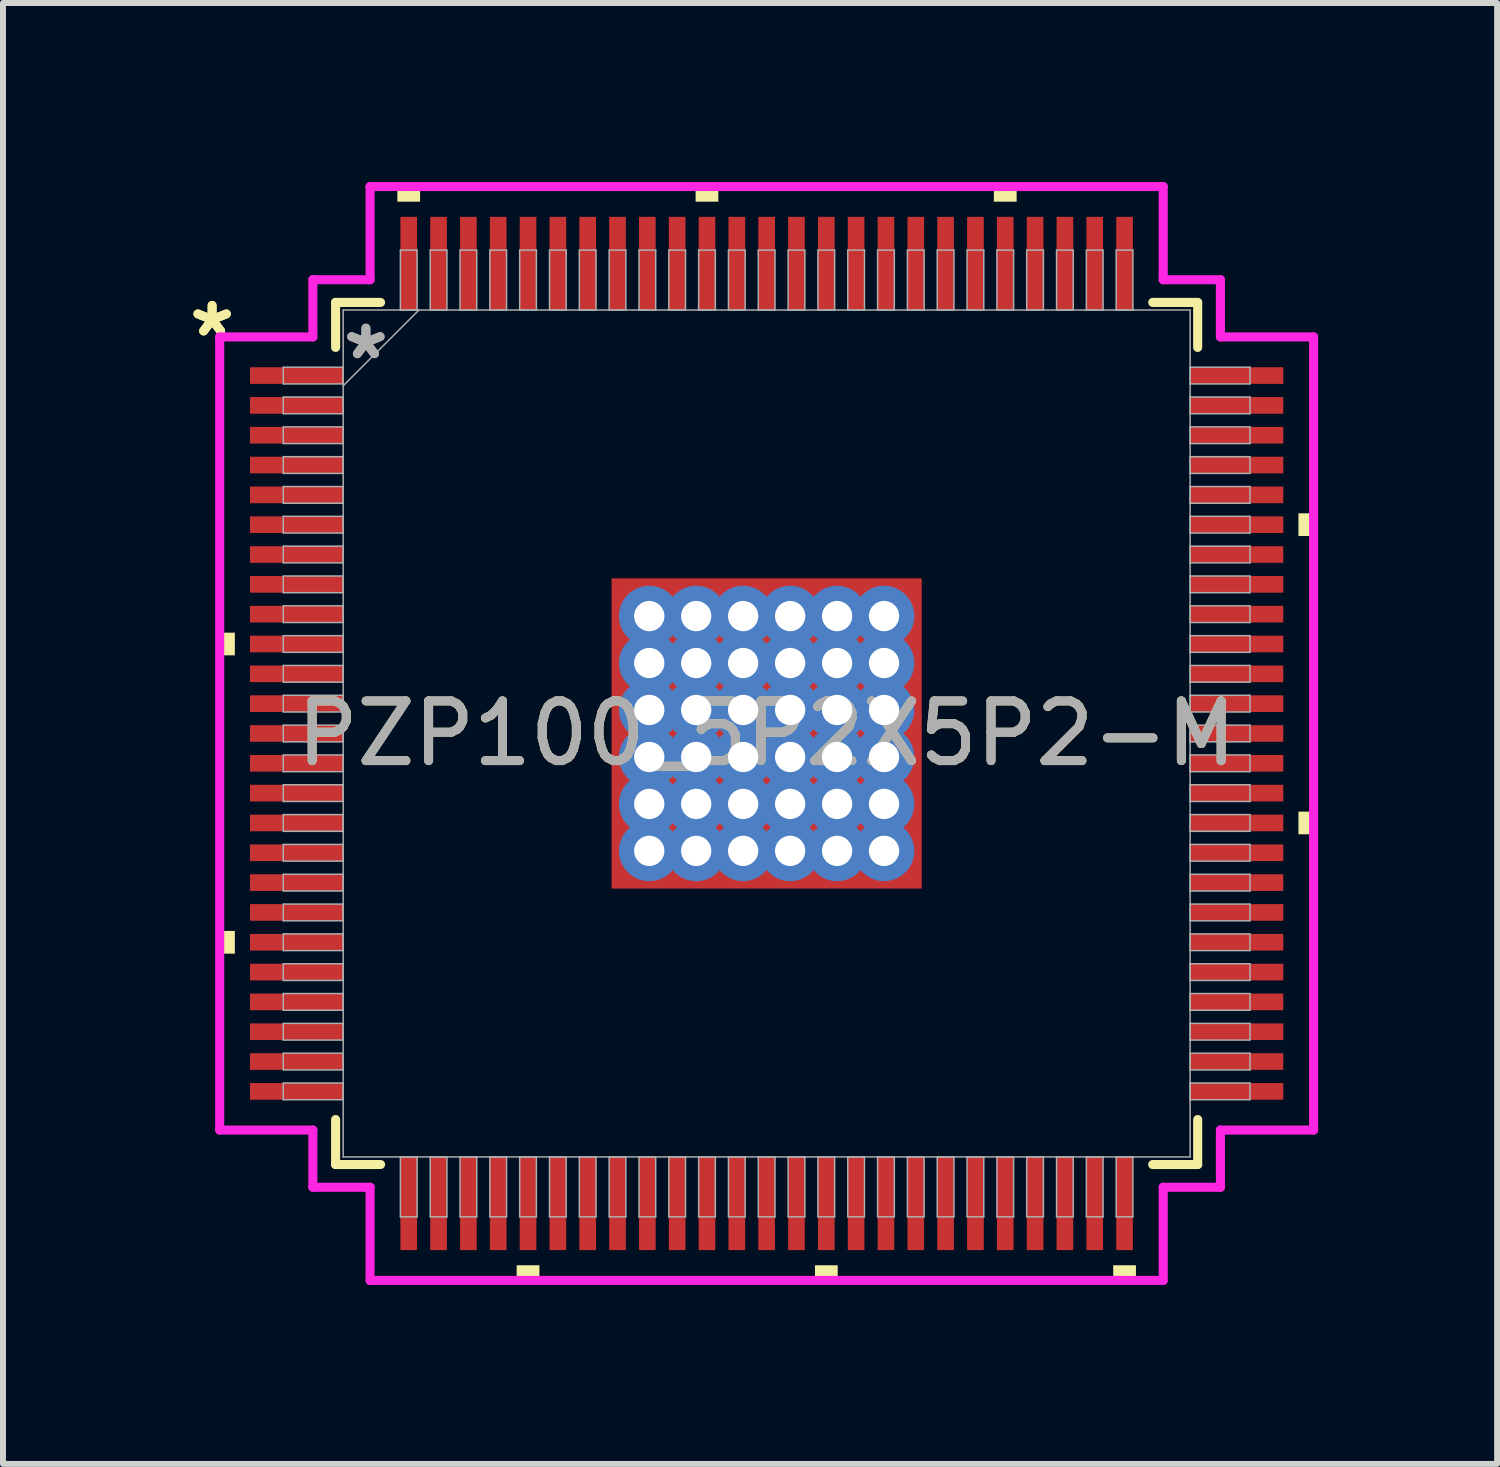
<source format=kicad_pcb>
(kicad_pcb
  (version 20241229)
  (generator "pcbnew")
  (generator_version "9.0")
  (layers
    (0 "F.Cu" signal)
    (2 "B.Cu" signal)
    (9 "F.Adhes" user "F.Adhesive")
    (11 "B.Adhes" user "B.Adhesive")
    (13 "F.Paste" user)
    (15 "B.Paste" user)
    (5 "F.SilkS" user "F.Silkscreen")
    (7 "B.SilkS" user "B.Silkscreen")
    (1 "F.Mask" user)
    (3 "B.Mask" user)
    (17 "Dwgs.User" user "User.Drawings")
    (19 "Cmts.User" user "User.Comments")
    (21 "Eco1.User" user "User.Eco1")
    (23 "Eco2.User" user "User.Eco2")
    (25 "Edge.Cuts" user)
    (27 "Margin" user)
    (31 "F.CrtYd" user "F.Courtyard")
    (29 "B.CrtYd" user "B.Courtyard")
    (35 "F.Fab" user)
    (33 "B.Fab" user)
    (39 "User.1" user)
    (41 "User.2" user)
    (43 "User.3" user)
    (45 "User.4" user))
  (footprint "PZP100_5P2X5P2-M"
    (layer "F.Cu")
    (at 9.802 9.246)
    (property "Reference" "PZP100_5P2X5P2-M" (at 0 0 0) (unlocked yes) (layer "F.SilkS") (effects (font (size 1 1) (thickness 0.15))))
    (attr smd)
    (fp_poly (pts (xy -2.663 -2.663) (xy -2.168 -2.663) (xy -2.168 2.663) (xy -2.663 2.663)) (stroke (width 0) (type solid)) (fill yes) (layer "F.Mask"))
    (fp_poly (pts (xy -2.663 -2.663) (xy 2.663 -2.663) (xy 2.663 -2.168) (xy -2.663 -2.168)) (stroke (width 0) (type solid)) (fill yes) (layer "F.Mask"))
    (fp_poly (pts (xy -2.663 -1.768) (xy 2.663 -1.768) (xy 2.663 -1.381) (xy -2.663 -1.381)) (stroke (width 0) (type solid)) (fill yes) (layer "F.Mask"))
    (fp_poly (pts (xy -2.663 -0.981) (xy 2.663 -0.981) (xy 2.663 -0.594) (xy -2.663 -0.594)) (stroke (width 0) (type solid)) (fill yes) (layer "F.Mask"))
    (fp_poly (pts (xy -2.663 -0.194) (xy 2.663 -0.194) (xy 2.663 0.194) (xy -2.663 0.194)) (stroke (width 0) (type solid)) (fill yes) (layer "F.Mask"))
    (fp_poly (pts (xy -2.663 0.594) (xy 2.663 0.594) (xy 2.663 0.981) (xy -2.663 0.981)) (stroke (width 0) (type solid)) (fill yes) (layer "F.Mask"))
    (fp_poly (pts (xy -2.663 1.381) (xy 2.663 1.381) (xy 2.663 1.768) (xy -2.663 1.768)) (stroke (width 0) (type solid)) (fill yes) (layer "F.Mask"))
    (fp_poly (pts (xy -2.663 2.168) (xy 2.663 2.168) (xy 2.663 2.663) (xy -2.663 2.663)) (stroke (width 0) (type solid)) (fill yes) (layer "F.Mask"))
    (fp_poly (pts (xy -1.381 -2.663) (xy -1.768 -2.663) (xy -1.768 2.663) (xy -1.381 2.663)) (stroke (width 0) (type solid)) (fill yes) (layer "F.Mask"))
    (fp_poly (pts (xy -0.594 -2.663) (xy -0.981 -2.663) (xy -0.981 2.663) (xy -0.594 2.663)) (stroke (width 0) (type solid)) (fill yes) (layer "F.Mask"))
    (fp_poly (pts (xy 0.194 -2.663) (xy -0.194 -2.663) (xy -0.194 2.663) (xy 0.194 2.663)) (stroke (width 0) (type solid)) (fill yes) (layer "F.Mask"))
    (fp_poly (pts (xy 0.981 -2.663) (xy 0.594 -2.663) (xy 0.594 2.663) (xy 0.981 2.663)) (stroke (width 0) (type solid)) (fill yes) (layer "F.Mask"))
    (fp_poly (pts (xy 1.768 -2.663) (xy 1.381 -2.663) (xy 1.381 2.663) (xy 1.768 2.663)) (stroke (width 0) (type solid)) (fill yes) (layer "F.Mask"))
    (fp_poly (pts (xy 2.168 -2.663) (xy 2.663 -2.663) (xy 2.663 2.663) (xy 2.168 2.663)) (stroke (width 0) (type solid)) (fill yes) (layer "F.Mask"))
    (fp_line (start -7.226 -7.226) (end -7.226 -6.472) (stroke (width 0.152) (type solid)) (layer "F.SilkS"))
    (fp_line (start -7.226 6.472) (end -7.226 7.226) (stroke (width 0.152) (type solid)) (layer "F.SilkS"))
    (fp_line (start -7.226 7.226) (end -6.472 7.226) (stroke (width 0.152) (type solid)) (layer "F.SilkS"))
    (fp_line (start -6.472 -7.226) (end -7.226 -7.226) (stroke (width 0.152) (type solid)) (layer "F.SilkS"))
    (fp_line (start 6.472 7.226) (end 7.226 7.226) (stroke (width 0.152) (type solid)) (layer "F.SilkS"))
    (fp_line (start 7.226 -7.226) (end 6.472 -7.226) (stroke (width 0.152) (type solid)) (layer "F.SilkS"))
    (fp_line (start 7.226 -6.472) (end 7.226 -7.226) (stroke (width 0.152) (type solid)) (layer "F.SilkS"))
    (fp_line (start 7.226 7.226) (end 7.226 6.472) (stroke (width 0.152) (type solid)) (layer "F.SilkS"))
    (fp_poly (pts (xy -9.169 -1.69) (xy -9.169 -1.31) (xy -8.915 -1.31) (xy -8.915 -1.69)) (stroke (width 0) (type solid)) (fill yes) (layer "F.SilkS"))
    (fp_poly (pts (xy -9.169 3.31) (xy -9.169 3.691) (xy -8.915 3.691) (xy -8.915 3.31)) (stroke (width 0) (type solid)) (fill yes) (layer "F.SilkS"))
    (fp_poly (pts (xy -6.191 -8.915) (xy -6.191 -9.169) (xy -5.81 -9.169) (xy -5.81 -8.915)) (stroke (width 0) (type solid)) (fill yes) (layer "F.SilkS"))
    (fp_poly (pts (xy -4.191 8.915) (xy -4.191 9.169) (xy -3.809 9.169) (xy -3.809 8.915)) (stroke (width 0) (type solid)) (fill yes) (layer "F.SilkS"))
    (fp_poly (pts (xy -1.191 -8.915) (xy -1.191 -9.169) (xy -0.81 -9.169) (xy -0.81 -8.915)) (stroke (width 0) (type solid)) (fill yes) (layer "F.SilkS"))
    (fp_poly (pts (xy 0.81 8.915) (xy 0.81 9.169) (xy 1.191 9.169) (xy 1.191 8.915)) (stroke (width 0) (type solid)) (fill yes) (layer "F.SilkS"))
    (fp_poly (pts (xy 3.809 -8.915) (xy 3.809 -9.169) (xy 4.191 -9.169) (xy 4.191 -8.915)) (stroke (width 0) (type solid)) (fill yes) (layer "F.SilkS"))
    (fp_poly (pts (xy 5.81 8.915) (xy 5.81 9.169) (xy 6.191 9.169) (xy 6.191 8.915)) (stroke (width 0) (type solid)) (fill yes) (layer "F.SilkS"))
    (fp_poly (pts (xy 9.169 -3.691) (xy 9.169 -3.31) (xy 8.915 -3.31) (xy 8.915 -3.691)) (stroke (width 0) (type solid)) (fill yes) (layer "F.SilkS"))
    (fp_poly (pts (xy 9.169 1.31) (xy 9.169 1.69) (xy 8.915 1.69) (xy 8.915 1.31)) (stroke (width 0) (type solid)) (fill yes) (layer "F.SilkS"))
    (fp_poly (pts (xy -2.525 -2.525) (xy -2.525 -2.068) (xy -2.21 -2.068) (xy -2.068 -2.21) (xy -2.068 -2.525)) (stroke (width 0) (type solid)) (fill yes) (layer "F.Paste"))
    (fp_poly (pts (xy -2.525 2.068) (xy -2.525 2.525) (xy -2.068 2.525) (xy -2.068 2.21) (xy -2.21 2.068)) (stroke (width 0) (type solid)) (fill yes) (layer "F.Paste"))
    (fp_poly (pts (xy 2.068 -2.525) (xy 2.068 -2.21) (xy 2.21 -2.068) (xy 2.525 -2.068) (xy 2.525 -2.525)) (stroke (width 0) (type solid)) (fill yes) (layer "F.Paste"))
    (fp_poly (pts (xy 2.21 2.068) (xy 2.068 2.21) (xy 2.068 2.525) (xy 2.525 2.525) (xy 2.525 2.068)) (stroke (width 0) (type solid)) (fill yes) (layer "F.Paste"))
    (fp_poly (pts (xy -2.525 -1.869) (xy -2.525 -1.281) (xy -2.21 -1.281) (xy -2.068 -1.423) (xy -2.068 -1.727) (xy -2.21 -1.869)) (stroke (width 0) (type solid)) (fill yes) (layer "F.Paste"))
    (fp_poly (pts (xy -2.525 -1.081) (xy -2.525 -0.494) (xy -2.21 -0.494) (xy -2.068 -0.635) (xy -2.068 -0.94) (xy -2.21 -1.081)) (stroke (width 0) (type solid)) (fill yes) (layer "F.Paste"))
    (fp_poly (pts (xy -2.525 -0.294) (xy -2.525 0.294) (xy -2.21 0.294) (xy -2.068 0.152) (xy -2.068 -0.152) (xy -2.21 -0.294)) (stroke (width 0) (type solid)) (fill yes) (layer "F.Paste"))
    (fp_poly (pts (xy -2.525 0.494) (xy -2.525 1.081) (xy -2.21 1.081) (xy -2.068 0.94) (xy -2.068 0.635) (xy -2.21 0.494)) (stroke (width 0) (type solid)) (fill yes) (layer "F.Paste"))
    (fp_poly (pts (xy -2.525 1.281) (xy -2.525 1.869) (xy -2.21 1.869) (xy -2.068 1.727) (xy -2.068 1.423) (xy -2.21 1.281)) (stroke (width 0) (type solid)) (fill yes) (layer "F.Paste"))
    (fp_poly (pts (xy -1.869 -2.525) (xy -1.869 -2.21) (xy -1.727 -2.068) (xy -1.423 -2.068) (xy -1.281 -2.21) (xy -1.281 -2.525)) (stroke (width 0) (type solid)) (fill yes) (layer "F.Paste"))
    (fp_poly (pts (xy -1.727 2.068) (xy -1.869 2.21) (xy -1.869 2.525) (xy -1.281 2.525) (xy -1.281 2.21) (xy -1.423 2.068)) (stroke (width 0) (type solid)) (fill yes) (layer "F.Paste"))
    (fp_poly (pts (xy -1.081 -2.525) (xy -1.081 -2.21) (xy -0.94 -2.068) (xy -0.635 -2.068) (xy -0.494 -2.21) (xy -0.494 -2.525)) (stroke (width 0) (type solid)) (fill yes) (layer "F.Paste"))
    (fp_poly (pts (xy -0.94 2.068) (xy -1.081 2.21) (xy -1.081 2.525) (xy -0.494 2.525) (xy -0.494 2.21) (xy -0.635 2.068)) (stroke (width 0) (type solid)) (fill yes) (layer "F.Paste"))
    (fp_poly (pts (xy -0.294 -2.525) (xy -0.294 -2.21) (xy -0.152 -2.068) (xy 0.152 -2.068) (xy 0.294 -2.21) (xy 0.294 -2.525)) (stroke (width 0) (type solid)) (fill yes) (layer "F.Paste"))
    (fp_poly (pts (xy -0.152 2.068) (xy -0.294 2.21) (xy -0.294 2.525) (xy 0.294 2.525) (xy 0.294 2.21) (xy 0.152 2.068)) (stroke (width 0) (type solid)) (fill yes) (layer "F.Paste"))
    (fp_poly (pts (xy 0.494 -2.525) (xy 0.494 -2.21) (xy 0.635 -2.068) (xy 0.94 -2.068) (xy 1.081 -2.21) (xy 1.081 -2.525)) (stroke (width 0) (type solid)) (fill yes) (layer "F.Paste"))
    (fp_poly (pts (xy 0.635 2.068) (xy 0.494 2.21) (xy 0.494 2.525) (xy 1.081 2.525) (xy 1.081 2.21) (xy 0.94 2.068)) (stroke (width 0) (type solid)) (fill yes) (layer "F.Paste"))
    (fp_poly (pts (xy 1.281 -2.525) (xy 1.281 -2.21) (xy 1.423 -2.068) (xy 1.727 -2.068) (xy 1.869 -2.21) (xy 1.869 -2.525)) (stroke (width 0) (type solid)) (fill yes) (layer "F.Paste"))
    (fp_poly (pts (xy 1.423 2.068) (xy 1.281 2.21) (xy 1.281 2.525) (xy 1.869 2.525) (xy 1.869 2.21) (xy 1.727 2.068)) (stroke (width 0) (type solid)) (fill yes) (layer "F.Paste"))
    (fp_poly (pts (xy 2.21 -1.869) (xy 2.068 -1.727) (xy 2.068 -1.423) (xy 2.21 -1.281) (xy 2.525 -1.281) (xy 2.525 -1.869)) (stroke (width 0) (type solid)) (fill yes) (layer "F.Paste"))
    (fp_poly (pts (xy 2.21 -1.081) (xy 2.068 -0.94) (xy 2.068 -0.635) (xy 2.21 -0.494) (xy 2.525 -0.494) (xy 2.525 -1.081)) (stroke (width 0) (type solid)) (fill yes) (layer "F.Paste"))
    (fp_poly (pts (xy 2.21 -0.294) (xy 2.068 -0.152) (xy 2.068 0.152) (xy 2.21 0.294) (xy 2.525 0.294) (xy 2.525 -0.294)) (stroke (width 0) (type solid)) (fill yes) (layer "F.Paste"))
    (fp_poly (pts (xy 2.21 0.494) (xy 2.068 0.635) (xy 2.068 0.94) (xy 2.21 1.081) (xy 2.525 1.081) (xy 2.525 0.494)) (stroke (width 0) (type solid)) (fill yes) (layer "F.Paste"))
    (fp_poly (pts (xy 2.21 1.281) (xy 2.068 1.423) (xy 2.068 1.727) (xy 2.21 1.869) (xy 2.525 1.869) (xy 2.525 1.281)) (stroke (width 0) (type solid)) (fill yes) (layer "F.Paste"))
    (fp_poly (pts (xy -1.727 -1.869) (xy -1.869 -1.727) (xy -1.869 -1.423) (xy -1.727 -1.281) (xy -1.423 -1.281) (xy -1.281 -1.423) (xy -1.281 -1.727) (xy -1.423 -1.869)) (stroke (width 0) (type solid)) (fill yes) (layer "F.Paste"))
    (fp_poly (pts (xy -1.727 -1.081) (xy -1.869 -0.94) (xy -1.869 -0.635) (xy -1.727 -0.494) (xy -1.423 -0.494) (xy -1.281 -0.635) (xy -1.281 -0.94) (xy -1.423 -1.081)) (stroke (width 0) (type solid)) (fill yes) (layer "F.Paste"))
    (fp_poly (pts (xy -1.727 -0.294) (xy -1.869 -0.152) (xy -1.869 0.152) (xy -1.727 0.294) (xy -1.423 0.294) (xy -1.281 0.152) (xy -1.281 -0.152) (xy -1.423 -0.294)) (stroke (width 0) (type solid)) (fill yes) (layer "F.Paste"))
    (fp_poly (pts (xy -1.727 0.494) (xy -1.869 0.635) (xy -1.869 0.94) (xy -1.727 1.081) (xy -1.423 1.081) (xy -1.281 0.94) (xy -1.281 0.635) (xy -1.423 0.494)) (stroke (width 0) (type solid)) (fill yes) (layer "F.Paste"))
    (fp_poly (pts (xy -1.727 1.281) (xy -1.869 1.423) (xy -1.869 1.727) (xy -1.727 1.869) (xy -1.423 1.869) (xy -1.281 1.727) (xy -1.281 1.423) (xy -1.423 1.281)) (stroke (width 0) (type solid)) (fill yes) (layer "F.Paste"))
    (fp_poly (pts (xy -0.94 -1.869) (xy -1.081 -1.727) (xy -1.081 -1.423) (xy -0.94 -1.281) (xy -0.635 -1.281) (xy -0.494 -1.423) (xy -0.494 -1.727) (xy -0.635 -1.869)) (stroke (width 0) (type solid)) (fill yes) (layer "F.Paste"))
    (fp_poly (pts (xy -0.94 -1.081) (xy -1.081 -0.94) (xy -1.081 -0.635) (xy -0.94 -0.494) (xy -0.635 -0.494) (xy -0.494 -0.635) (xy -0.494 -0.94) (xy -0.635 -1.081)) (stroke (width 0) (type solid)) (fill yes) (layer "F.Paste"))
    (fp_poly (pts (xy -0.94 -0.294) (xy -1.081 -0.152) (xy -1.081 0.152) (xy -0.94 0.294) (xy -0.635 0.294) (xy -0.494 0.152) (xy -0.494 -0.152) (xy -0.635 -0.294)) (stroke (width 0) (type solid)) (fill yes) (layer "F.Paste"))
    (fp_poly (pts (xy -0.94 0.494) (xy -1.081 0.635) (xy -1.081 0.94) (xy -0.94 1.081) (xy -0.635 1.081) (xy -0.494 0.94) (xy -0.494 0.635) (xy -0.635 0.494)) (stroke (width 0) (type solid)) (fill yes) (layer "F.Paste"))
    (fp_poly (pts (xy -0.94 1.281) (xy -1.081 1.423) (xy -1.081 1.727) (xy -0.94 1.869) (xy -0.635 1.869) (xy -0.494 1.727) (xy -0.494 1.423) (xy -0.635 1.281)) (stroke (width 0) (type solid)) (fill yes) (layer "F.Paste"))
    (fp_poly (pts (xy -0.152 -1.869) (xy -0.294 -1.727) (xy -0.294 -1.423) (xy -0.152 -1.281) (xy 0.152 -1.281) (xy 0.294 -1.423) (xy 0.294 -1.727) (xy 0.152 -1.869)) (stroke (width 0) (type solid)) (fill yes) (layer "F.Paste"))
    (fp_poly (pts (xy -0.152 -1.081) (xy -0.294 -0.94) (xy -0.294 -0.635) (xy -0.152 -0.494) (xy 0.152 -0.494) (xy 0.294 -0.635) (xy 0.294 -0.94) (xy 0.152 -1.081)) (stroke (width 0) (type solid)) (fill yes) (layer "F.Paste"))
    (fp_poly (pts (xy -0.152 -0.294) (xy -0.294 -0.152) (xy -0.294 0.152) (xy -0.152 0.294) (xy 0.152 0.294) (xy 0.294 0.152) (xy 0.294 -0.152) (xy 0.152 -0.294)) (stroke (width 0) (type solid)) (fill yes) (layer "F.Paste"))
    (fp_poly (pts (xy -0.152 0.494) (xy -0.294 0.635) (xy -0.294 0.94) (xy -0.152 1.081) (xy 0.152 1.081) (xy 0.294 0.94) (xy 0.294 0.635) (xy 0.152 0.494)) (stroke (width 0) (type solid)) (fill yes) (layer "F.Paste"))
    (fp_poly (pts (xy -0.152 1.281) (xy -0.294 1.423) (xy -0.294 1.727) (xy -0.152 1.869) (xy 0.152 1.869) (xy 0.294 1.727) (xy 0.294 1.423) (xy 0.152 1.281)) (stroke (width 0) (type solid)) (fill yes) (layer "F.Paste"))
    (fp_poly (pts (xy 0.635 -1.869) (xy 0.494 -1.727) (xy 0.494 -1.423) (xy 0.635 -1.281) (xy 0.94 -1.281) (xy 1.081 -1.423) (xy 1.081 -1.727) (xy 0.94 -1.869)) (stroke (width 0) (type solid)) (fill yes) (layer "F.Paste"))
    (fp_poly (pts (xy 0.635 -1.081) (xy 0.494 -0.94) (xy 0.494 -0.635) (xy 0.635 -0.494) (xy 0.94 -0.494) (xy 1.081 -0.635) (xy 1.081 -0.94) (xy 0.94 -1.081)) (stroke (width 0) (type solid)) (fill yes) (layer "F.Paste"))
    (fp_poly (pts (xy 0.635 -0.294) (xy 0.494 -0.152) (xy 0.494 0.152) (xy 0.635 0.294) (xy 0.94 0.294) (xy 1.081 0.152) (xy 1.081 -0.152) (xy 0.94 -0.294)) (stroke (width 0) (type solid)) (fill yes) (layer "F.Paste"))
    (fp_poly (pts (xy 0.635 0.494) (xy 0.494 0.635) (xy 0.494 0.94) (xy 0.635 1.081) (xy 0.94 1.081) (xy 1.081 0.94) (xy 1.081 0.635) (xy 0.94 0.494)) (stroke (width 0) (type solid)) (fill yes) (layer "F.Paste"))
    (fp_poly (pts (xy 0.635 1.281) (xy 0.494 1.423) (xy 0.494 1.727) (xy 0.635 1.869) (xy 0.94 1.869) (xy 1.081 1.727) (xy 1.081 1.423) (xy 0.94 1.281)) (stroke (width 0) (type solid)) (fill yes) (layer "F.Paste"))
    (fp_poly (pts (xy 1.423 -1.869) (xy 1.281 -1.727) (xy 1.281 -1.423) (xy 1.423 -1.281) (xy 1.727 -1.281) (xy 1.869 -1.423) (xy 1.869 -1.727) (xy 1.727 -1.869)) (stroke (width 0) (type solid)) (fill yes) (layer "F.Paste"))
    (fp_poly (pts (xy 1.423 -1.081) (xy 1.281 -0.94) (xy 1.281 -0.635) (xy 1.423 -0.494) (xy 1.727 -0.494) (xy 1.869 -0.635) (xy 1.869 -0.94) (xy 1.727 -1.081)) (stroke (width 0) (type solid)) (fill yes) (layer "F.Paste"))
    (fp_poly (pts (xy 1.423 -0.294) (xy 1.281 -0.152) (xy 1.281 0.152) (xy 1.423 0.294) (xy 1.727 0.294) (xy 1.869 0.152) (xy 1.869 -0.152) (xy 1.727 -0.294)) (stroke (width 0) (type solid)) (fill yes) (layer "F.Paste"))
    (fp_poly (pts (xy 1.423 0.494) (xy 1.281 0.635) (xy 1.281 0.94) (xy 1.423 1.081) (xy 1.727 1.081) (xy 1.869 0.94) (xy 1.869 0.635) (xy 1.727 0.494)) (stroke (width 0) (type solid)) (fill yes) (layer "F.Paste"))
    (fp_poly (pts (xy 1.423 1.281) (xy 1.281 1.423) (xy 1.281 1.727) (xy 1.423 1.869) (xy 1.727 1.869) (xy 1.869 1.727) (xy 1.869 1.423) (xy 1.727 1.281)) (stroke (width 0) (type solid)) (fill yes) (layer "F.Paste"))
    (fp_line (start -9.169 -6.648) (end -7.607 -6.648) (stroke (width 0.152) (type solid)) (layer "F.CrtYd"))
    (fp_line (start -9.169 6.648) (end -9.169 -6.648) (stroke (width 0.152) (type solid)) (layer "F.CrtYd"))
    (fp_line (start -7.607 -7.607) (end -6.648 -7.607) (stroke (width 0.152) (type solid)) (layer "F.CrtYd"))
    (fp_line (start -7.607 -6.648) (end -7.607 -7.607) (stroke (width 0.152) (type solid)) (layer "F.CrtYd"))
    (fp_line (start -7.607 6.648) (end -9.169 6.648) (stroke (width 0.152) (type solid)) (layer "F.CrtYd"))
    (fp_line (start -7.607 7.607) (end -7.607 6.648) (stroke (width 0.152) (type solid)) (layer "F.CrtYd"))
    (fp_line (start -7.607 7.607) (end -6.648 7.607) (stroke (width 0.152) (type solid)) (layer "F.CrtYd"))
    (fp_line (start -6.648 -9.169) (end 6.648 -9.169) (stroke (width 0.152) (type solid)) (layer "F.CrtYd"))
    (fp_line (start -6.648 -7.607) (end -6.648 -9.169) (stroke (width 0.152) (type solid)) (layer "F.CrtYd"))
    (fp_line (start -6.648 7.607) (end -6.648 9.169) (stroke (width 0.152) (type solid)) (layer "F.CrtYd"))
    (fp_line (start -6.648 9.169) (end 6.648 9.169) (stroke (width 0.152) (type solid)) (layer "F.CrtYd"))
    (fp_line (start 6.648 -9.169) (end 6.648 -7.607) (stroke (width 0.152) (type solid)) (layer "F.CrtYd"))
    (fp_line (start 6.648 -7.607) (end 7.607 -7.607) (stroke (width 0.152) (type solid)) (layer "F.CrtYd"))
    (fp_line (start 6.648 7.607) (end 7.607 7.607) (stroke (width 0.152) (type solid)) (layer "F.CrtYd"))
    (fp_line (start 6.648 9.169) (end 6.648 7.607) (stroke (width 0.152) (type solid)) (layer "F.CrtYd"))
    (fp_line (start 7.607 -6.648) (end 7.607 -7.607) (stroke (width 0.152) (type solid)) (layer "F.CrtYd"))
    (fp_line (start 7.607 6.648) (end 9.169 6.648) (stroke (width 0.152) (type solid)) (layer "F.CrtYd"))
    (fp_line (start 7.607 7.607) (end 7.607 6.648) (stroke (width 0.152) (type solid)) (layer "F.CrtYd"))
    (fp_line (start 9.169 -6.648) (end 7.607 -6.648) (stroke (width 0.152) (type solid)) (layer "F.CrtYd"))
    (fp_line (start 9.169 6.648) (end 9.169 -6.648) (stroke (width 0.152) (type solid)) (layer "F.CrtYd"))
    (fp_line (start -8.103 -6.14) (end -8.103 -5.86) (stroke (width 0.025) (type solid)) (layer "F.Fab"))
    (fp_line (start -8.103 -5.86) (end -7.099 -5.86) (stroke (width 0.025) (type solid)) (layer "F.Fab"))
    (fp_line (start -8.103 -5.64) (end -8.103 -5.36) (stroke (width 0.025) (type solid)) (layer "F.Fab"))
    (fp_line (start -8.103 -5.36) (end -7.099 -5.36) (stroke (width 0.025) (type solid)) (layer "F.Fab"))
    (fp_line (start -8.103 -5.14) (end -8.103 -4.86) (stroke (width 0.025) (type solid)) (layer "F.Fab"))
    (fp_line (start -8.103 -4.86) (end -7.099 -4.86) (stroke (width 0.025) (type solid)) (layer "F.Fab"))
    (fp_line (start -8.103 -4.64) (end -8.103 -4.36) (stroke (width 0.025) (type solid)) (layer "F.Fab"))
    (fp_line (start -8.103 -4.36) (end -7.099 -4.36) (stroke (width 0.025) (type solid)) (layer "F.Fab"))
    (fp_line (start -8.103 -4.14) (end -8.103 -3.86) (stroke (width 0.025) (type solid)) (layer "F.Fab"))
    (fp_line (start -8.103 -3.86) (end -7.099 -3.86) (stroke (width 0.025) (type solid)) (layer "F.Fab"))
    (fp_line (start -8.103 -3.64) (end -8.103 -3.36) (stroke (width 0.025) (type solid)) (layer "F.Fab"))
    (fp_line (start -8.103 -3.36) (end -7.099 -3.36) (stroke (width 0.025) (type solid)) (layer "F.Fab"))
    (fp_line (start -8.103 -3.14) (end -8.103 -2.86) (stroke (width 0.025) (type solid)) (layer "F.Fab"))
    (fp_line (start -8.103 -2.86) (end -7.099 -2.86) (stroke (width 0.025) (type solid)) (layer "F.Fab"))
    (fp_line (start -8.103 -2.64) (end -8.103 -2.36) (stroke (width 0.025) (type solid)) (layer "F.Fab"))
    (fp_line (start -8.103 -2.36) (end -7.099 -2.36) (stroke (width 0.025) (type solid)) (layer "F.Fab"))
    (fp_line (start -8.103 -2.14) (end -8.103 -1.86) (stroke (width 0.025) (type solid)) (layer "F.Fab"))
    (fp_line (start -8.103 -1.86) (end -7.099 -1.86) (stroke (width 0.025) (type solid)) (layer "F.Fab"))
    (fp_line (start -8.103 -1.64) (end -8.103 -1.36) (stroke (width 0.025) (type solid)) (layer "F.Fab"))
    (fp_line (start -8.103 -1.36) (end -7.099 -1.36) (stroke (width 0.025) (type solid)) (layer "F.Fab"))
    (fp_line (start -8.103 -1.14) (end -8.103 -0.86) (stroke (width 0.025) (type solid)) (layer "F.Fab"))
    (fp_line (start -8.103 -0.86) (end -7.099 -0.86) (stroke (width 0.025) (type solid)) (layer "F.Fab"))
    (fp_line (start -8.103 -0.64) (end -8.103 -0.36) (stroke (width 0.025) (type solid)) (layer "F.Fab"))
    (fp_line (start -8.103 -0.36) (end -7.099 -0.36) (stroke (width 0.025) (type solid)) (layer "F.Fab"))
    (fp_line (start -8.103 -0.14) (end -8.103 0.14) (stroke (width 0.025) (type solid)) (layer "F.Fab"))
    (fp_line (start -8.103 0.14) (end -7.099 0.14) (stroke (width 0.025) (type solid)) (layer "F.Fab"))
    (fp_line (start -8.103 0.36) (end -8.103 0.64) (stroke (width 0.025) (type solid)) (layer "F.Fab"))
    (fp_line (start -8.103 0.64) (end -7.099 0.64) (stroke (width 0.025) (type solid)) (layer "F.Fab"))
    (fp_line (start -8.103 0.86) (end -8.103 1.14) (stroke (width 0.025) (type solid)) (layer "F.Fab"))
    (fp_line (start -8.103 1.14) (end -7.099 1.14) (stroke (width 0.025) (type solid)) (layer "F.Fab"))
    (fp_line (start -8.103 1.36) (end -8.103 1.64) (stroke (width 0.025) (type solid)) (layer "F.Fab"))
    (fp_line (start -8.103 1.64) (end -7.099 1.64) (stroke (width 0.025) (type solid)) (layer "F.Fab"))
    (fp_line (start -8.103 1.86) (end -8.103 2.14) (stroke (width 0.025) (type solid)) (layer "F.Fab"))
    (fp_line (start -8.103 2.14) (end -7.099 2.14) (stroke (width 0.025) (type solid)) (layer "F.Fab"))
    (fp_line (start -8.103 2.36) (end -8.103 2.64) (stroke (width 0.025) (type solid)) (layer "F.Fab"))
    (fp_line (start -8.103 2.64) (end -7.099 2.64) (stroke (width 0.025) (type solid)) (layer "F.Fab"))
    (fp_line (start -8.103 2.86) (end -8.103 3.14) (stroke (width 0.025) (type solid)) (layer "F.Fab"))
    (fp_line (start -8.103 3.14) (end -7.099 3.14) (stroke (width 0.025) (type solid)) (layer "F.Fab"))
    (fp_line (start -8.103 3.36) (end -8.103 3.64) (stroke (width 0.025) (type solid)) (layer "F.Fab"))
    (fp_line (start -8.103 3.64) (end -7.099 3.64) (stroke (width 0.025) (type solid)) (layer "F.Fab"))
    (fp_line (start -8.103 3.86) (end -8.103 4.14) (stroke (width 0.025) (type solid)) (layer "F.Fab"))
    (fp_line (start -8.103 4.14) (end -7.099 4.14) (stroke (width 0.025) (type solid)) (layer "F.Fab"))
    (fp_line (start -8.103 4.36) (end -8.103 4.64) (stroke (width 0.025) (type solid)) (layer "F.Fab"))
    (fp_line (start -8.103 4.64) (end -7.099 4.64) (stroke (width 0.025) (type solid)) (layer "F.Fab"))
    (fp_line (start -8.103 4.86) (end -8.103 5.14) (stroke (width 0.025) (type solid)) (layer "F.Fab"))
    (fp_line (start -8.103 5.14) (end -7.099 5.14) (stroke (width 0.025) (type solid)) (layer "F.Fab"))
    (fp_line (start -8.103 5.36) (end -8.103 5.64) (stroke (width 0.025) (type solid)) (layer "F.Fab"))
    (fp_line (start -8.103 5.64) (end -7.099 5.64) (stroke (width 0.025) (type solid)) (layer "F.Fab"))
    (fp_line (start -8.103 5.86) (end -8.103 6.14) (stroke (width 0.025) (type solid)) (layer "F.Fab"))
    (fp_line (start -8.103 6.14) (end -7.099 6.14) (stroke (width 0.025) (type solid)) (layer "F.Fab"))
    (fp_line (start -7.099 -7.099) (end -7.099 7.099) (stroke (width 0.025) (type solid)) (layer "F.Fab"))
    (fp_line (start -7.099 -6.14) (end -8.103 -6.14) (stroke (width 0.025) (type solid)) (layer "F.Fab"))
    (fp_line (start -7.099 -5.86) (end -7.099 -6.14) (stroke (width 0.025) (type solid)) (layer "F.Fab"))
    (fp_line (start -7.099 -5.829) (end -5.829 -7.099) (stroke (width 0.025) (type solid)) (layer "F.Fab"))
    (fp_line (start -7.099 -5.64) (end -8.103 -5.64) (stroke (width 0.025) (type solid)) (layer "F.Fab"))
    (fp_line (start -7.099 -5.36) (end -7.099 -5.64) (stroke (width 0.025) (type solid)) (layer "F.Fab"))
    (fp_line (start -7.099 -5.14) (end -8.103 -5.14) (stroke (width 0.025) (type solid)) (layer "F.Fab"))
    (fp_line (start -7.099 -4.86) (end -7.099 -5.14) (stroke (width 0.025) (type solid)) (layer "F.Fab"))
    (fp_line (start -7.099 -4.64) (end -8.103 -4.64) (stroke (width 0.025) (type solid)) (layer "F.Fab"))
    (fp_line (start -7.099 -4.36) (end -7.099 -4.64) (stroke (width 0.025) (type solid)) (layer "F.Fab"))
    (fp_line (start -7.099 -4.14) (end -8.103 -4.14) (stroke (width 0.025) (type solid)) (layer "F.Fab"))
    (fp_line (start -7.099 -3.86) (end -7.099 -4.14) (stroke (width 0.025) (type solid)) (layer "F.Fab"))
    (fp_line (start -7.099 -3.64) (end -8.103 -3.64) (stroke (width 0.025) (type solid)) (layer "F.Fab"))
    (fp_line (start -7.099 -3.36) (end -7.099 -3.64) (stroke (width 0.025) (type solid)) (layer "F.Fab"))
    (fp_line (start -7.099 -3.14) (end -8.103 -3.14) (stroke (width 0.025) (type solid)) (layer "F.Fab"))
    (fp_line (start -7.099 -2.86) (end -7.099 -3.14) (stroke (width 0.025) (type solid)) (layer "F.Fab"))
    (fp_line (start -7.099 -2.64) (end -8.103 -2.64) (stroke (width 0.025) (type solid)) (layer "F.Fab"))
    (fp_line (start -7.099 -2.36) (end -7.099 -2.64) (stroke (width 0.025) (type solid)) (layer "F.Fab"))
    (fp_line (start -7.099 -2.14) (end -8.103 -2.14) (stroke (width 0.025) (type solid)) (layer "F.Fab"))
    (fp_line (start -7.099 -1.86) (end -7.099 -2.14) (stroke (width 0.025) (type solid)) (layer "F.Fab"))
    (fp_line (start -7.099 -1.64) (end -8.103 -1.64) (stroke (width 0.025) (type solid)) (layer "F.Fab"))
    (fp_line (start -7.099 -1.36) (end -7.099 -1.64) (stroke (width 0.025) (type solid)) (layer "F.Fab"))
    (fp_line (start -7.099 -1.14) (end -8.103 -1.14) (stroke (width 0.025) (type solid)) (layer "F.Fab"))
    (fp_line (start -7.099 -0.86) (end -7.099 -1.14) (stroke (width 0.025) (type solid)) (layer "F.Fab"))
    (fp_line (start -7.099 -0.64) (end -8.103 -0.64) (stroke (width 0.025) (type solid)) (layer "F.Fab"))
    (fp_line (start -7.099 -0.36) (end -7.099 -0.64) (stroke (width 0.025) (type solid)) (layer "F.Fab"))
    (fp_line (start -7.099 -0.14) (end -8.103 -0.14) (stroke (width 0.025) (type solid)) (layer "F.Fab"))
    (fp_line (start -7.099 0.14) (end -7.099 -0.14) (stroke (width 0.025) (type solid)) (layer "F.Fab"))
    (fp_line (start -7.099 0.36) (end -8.103 0.36) (stroke (width 0.025) (type solid)) (layer "F.Fab"))
    (fp_line (start -7.099 0.64) (end -7.099 0.36) (stroke (width 0.025) (type solid)) (layer "F.Fab"))
    (fp_line (start -7.099 0.86) (end -8.103 0.86) (stroke (width 0.025) (type solid)) (layer "F.Fab"))
    (fp_line (start -7.099 1.14) (end -7.099 0.86) (stroke (width 0.025) (type solid)) (layer "F.Fab"))
    (fp_line (start -7.099 1.36) (end -8.103 1.36) (stroke (width 0.025) (type solid)) (layer "F.Fab"))
    (fp_line (start -7.099 1.64) (end -7.099 1.36) (stroke (width 0.025) (type solid)) (layer "F.Fab"))
    (fp_line (start -7.099 1.86) (end -8.103 1.86) (stroke (width 0.025) (type solid)) (layer "F.Fab"))
    (fp_line (start -7.099 2.14) (end -7.099 1.86) (stroke (width 0.025) (type solid)) (layer "F.Fab"))
    (fp_line (start -7.099 2.36) (end -8.103 2.36) (stroke (width 0.025) (type solid)) (layer "F.Fab"))
    (fp_line (start -7.099 2.64) (end -7.099 2.36) (stroke (width 0.025) (type solid)) (layer "F.Fab"))
    (fp_line (start -7.099 2.86) (end -8.103 2.86) (stroke (width 0.025) (type solid)) (layer "F.Fab"))
    (fp_line (start -7.099 3.14) (end -7.099 2.86) (stroke (width 0.025) (type solid)) (layer "F.Fab"))
    (fp_line (start -7.099 3.36) (end -8.103 3.36) (stroke (width 0.025) (type solid)) (layer "F.Fab"))
    (fp_line (start -7.099 3.64) (end -7.099 3.36) (stroke (width 0.025) (type solid)) (layer "F.Fab"))
    (fp_line (start -7.099 3.86) (end -8.103 3.86) (stroke (width 0.025) (type solid)) (layer "F.Fab"))
    (fp_line (start -7.099 4.14) (end -7.099 3.86) (stroke (width 0.025) (type solid)) (layer "F.Fab"))
    (fp_line (start -7.099 4.36) (end -8.103 4.36) (stroke (width 0.025) (type solid)) (layer "F.Fab"))
    (fp_line (start -7.099 4.64) (end -7.099 4.36) (stroke (width 0.025) (type solid)) (layer "F.Fab"))
    (fp_line (start -7.099 4.86) (end -8.103 4.86) (stroke (width 0.025) (type solid)) (layer "F.Fab"))
    (fp_line (start -7.099 5.14) (end -7.099 4.86) (stroke (width 0.025) (type solid)) (layer "F.Fab"))
    (fp_line (start -7.099 5.36) (end -8.103 5.36) (stroke (width 0.025) (type solid)) (layer "F.Fab"))
    (fp_line (start -7.099 5.64) (end -7.099 5.36) (stroke (width 0.025) (type solid)) (layer "F.Fab"))
    (fp_line (start -7.099 5.86) (end -8.103 5.86) (stroke (width 0.025) (type solid)) (layer "F.Fab"))
    (fp_line (start -7.099 6.14) (end -7.099 5.86) (stroke (width 0.025) (type solid)) (layer "F.Fab"))
    (fp_line (start -7.099 7.099) (end 7.099 7.099) (stroke (width 0.025) (type solid)) (layer "F.Fab"))
    (fp_line (start -6.14 -8.103) (end -6.14 -7.099) (stroke (width 0.025) (type solid)) (layer "F.Fab"))
    (fp_line (start -6.14 -7.099) (end -5.86 -7.099) (stroke (width 0.025) (type solid)) (layer "F.Fab"))
    (fp_line (start -6.14 7.099) (end -6.14 8.103) (stroke (width 0.025) (type solid)) (layer "F.Fab"))
    (fp_line (start -6.14 8.103) (end -5.86 8.103) (stroke (width 0.025) (type solid)) (layer "F.Fab"))
    (fp_line (start -5.86 -8.103) (end -6.14 -8.103) (stroke (width 0.025) (type solid)) (layer "F.Fab"))
    (fp_line (start -5.86 -7.099) (end -5.86 -8.103) (stroke (width 0.025) (type solid)) (layer "F.Fab"))
    (fp_line (start -5.86 7.099) (end -6.14 7.099) (stroke (width 0.025) (type solid)) (layer "F.Fab"))
    (fp_line (start -5.86 8.103) (end -5.86 7.099) (stroke (width 0.025) (type solid)) (layer "F.Fab"))
    (fp_line (start -5.64 -8.103) (end -5.64 -7.099) (stroke (width 0.025) (type solid)) (layer "F.Fab"))
    (fp_line (start -5.64 -7.099) (end -5.36 -7.099) (stroke (width 0.025) (type solid)) (layer "F.Fab"))
    (fp_line (start -5.64 7.099) (end -5.64 8.103) (stroke (width 0.025) (type solid)) (layer "F.Fab"))
    (fp_line (start -5.64 8.103) (end -5.36 8.103) (stroke (width 0.025) (type solid)) (layer "F.Fab"))
    (fp_line (start -5.36 -8.103) (end -5.64 -8.103) (stroke (width 0.025) (type solid)) (layer "F.Fab"))
    (fp_line (start -5.36 -7.099) (end -5.36 -8.103) (stroke (width 0.025) (type solid)) (layer "F.Fab"))
    (fp_line (start -5.36 7.099) (end -5.64 7.099) (stroke (width 0.025) (type solid)) (layer "F.Fab"))
    (fp_line (start -5.36 8.103) (end -5.36 7.099) (stroke (width 0.025) (type solid)) (layer "F.Fab"))
    (fp_line (start -5.14 -8.103) (end -5.14 -7.099) (stroke (width 0.025) (type solid)) (layer "F.Fab"))
    (fp_line (start -5.14 -7.099) (end -4.86 -7.099) (stroke (width 0.025) (type solid)) (layer "F.Fab"))
    (fp_line (start -5.14 7.099) (end -5.14 8.103) (stroke (width 0.025) (type solid)) (layer "F.Fab"))
    (fp_line (start -5.14 8.103) (end -4.86 8.103) (stroke (width 0.025) (type solid)) (layer "F.Fab"))
    (fp_line (start -4.86 -8.103) (end -5.14 -8.103) (stroke (width 0.025) (type solid)) (layer "F.Fab"))
    (fp_line (start -4.86 -7.099) (end -4.86 -8.103) (stroke (width 0.025) (type solid)) (layer "F.Fab"))
    (fp_line (start -4.86 7.099) (end -5.14 7.099) (stroke (width 0.025) (type solid)) (layer "F.Fab"))
    (fp_line (start -4.86 8.103) (end -4.86 7.099) (stroke (width 0.025) (type solid)) (layer "F.Fab"))
    (fp_line (start -4.64 -8.103) (end -4.64 -7.099) (stroke (width 0.025) (type solid)) (layer "F.Fab"))
    (fp_line (start -4.64 -7.099) (end -4.36 -7.099) (stroke (width 0.025) (type solid)) (layer "F.Fab"))
    (fp_line (start -4.64 7.099) (end -4.64 8.103) (stroke (width 0.025) (type solid)) (layer "F.Fab"))
    (fp_line (start -4.64 8.103) (end -4.36 8.103) (stroke (width 0.025) (type solid)) (layer "F.Fab"))
    (fp_line (start -4.36 -8.103) (end -4.64 -8.103) (stroke (width 0.025) (type solid)) (layer "F.Fab"))
    (fp_line (start -4.36 -7.099) (end -4.36 -8.103) (stroke (width 0.025) (type solid)) (layer "F.Fab"))
    (fp_line (start -4.36 7.099) (end -4.64 7.099) (stroke (width 0.025) (type solid)) (layer "F.Fab"))
    (fp_line (start -4.36 8.103) (end -4.36 7.099) (stroke (width 0.025) (type solid)) (layer "F.Fab"))
    (fp_line (start -4.14 -8.103) (end -4.14 -7.099) (stroke (width 0.025) (type solid)) (layer "F.Fab"))
    (fp_line (start -4.14 -7.099) (end -3.86 -7.099) (stroke (width 0.025) (type solid)) (layer "F.Fab"))
    (fp_line (start -4.14 7.099) (end -4.14 8.103) (stroke (width 0.025) (type solid)) (layer "F.Fab"))
    (fp_line (start -4.14 8.103) (end -3.86 8.103) (stroke (width 0.025) (type solid)) (layer "F.Fab"))
    (fp_line (start -3.86 -8.103) (end -4.14 -8.103) (stroke (width 0.025) (type solid)) (layer "F.Fab"))
    (fp_line (start -3.86 -7.099) (end -3.86 -8.103) (stroke (width 0.025) (type solid)) (layer "F.Fab"))
    (fp_line (start -3.86 7.099) (end -4.14 7.099) (stroke (width 0.025) (type solid)) (layer "F.Fab"))
    (fp_line (start -3.86 8.103) (end -3.86 7.099) (stroke (width 0.025) (type solid)) (layer "F.Fab"))
    (fp_line (start -3.64 -8.103) (end -3.64 -7.099) (stroke (width 0.025) (type solid)) (layer "F.Fab"))
    (fp_line (start -3.64 -7.099) (end -3.36 -7.099) (stroke (width 0.025) (type solid)) (layer "F.Fab"))
    (fp_line (start -3.64 7.099) (end -3.64 8.103) (stroke (width 0.025) (type solid)) (layer "F.Fab"))
    (fp_line (start -3.64 8.103) (end -3.36 8.103) (stroke (width 0.025) (type solid)) (layer "F.Fab"))
    (fp_line (start -3.36 -8.103) (end -3.64 -8.103) (stroke (width 0.025) (type solid)) (layer "F.Fab"))
    (fp_line (start -3.36 -7.099) (end -3.36 -8.103) (stroke (width 0.025) (type solid)) (layer "F.Fab"))
    (fp_line (start -3.36 7.099) (end -3.64 7.099) (stroke (width 0.025) (type solid)) (layer "F.Fab"))
    (fp_line (start -3.36 8.103) (end -3.36 7.099) (stroke (width 0.025) (type solid)) (layer "F.Fab"))
    (fp_line (start -3.14 -8.103) (end -3.14 -7.099) (stroke (width 0.025) (type solid)) (layer "F.Fab"))
    (fp_line (start -3.14 -7.099) (end -2.86 -7.099) (stroke (width 0.025) (type solid)) (layer "F.Fab"))
    (fp_line (start -3.14 7.099) (end -3.14 8.103) (stroke (width 0.025) (type solid)) (layer "F.Fab"))
    (fp_line (start -3.14 8.103) (end -2.86 8.103) (stroke (width 0.025) (type solid)) (layer "F.Fab"))
    (fp_line (start -2.86 -8.103) (end -3.14 -8.103) (stroke (width 0.025) (type solid)) (layer "F.Fab"))
    (fp_line (start -2.86 -7.099) (end -2.86 -8.103) (stroke (width 0.025) (type solid)) (layer "F.Fab"))
    (fp_line (start -2.86 7.099) (end -3.14 7.099) (stroke (width 0.025) (type solid)) (layer "F.Fab"))
    (fp_line (start -2.86 8.103) (end -2.86 7.099) (stroke (width 0.025) (type solid)) (layer "F.Fab"))
    (fp_line (start -2.64 -8.103) (end -2.64 -7.099) (stroke (width 0.025) (type solid)) (layer "F.Fab"))
    (fp_line (start -2.64 -7.099) (end -2.36 -7.099) (stroke (width 0.025) (type solid)) (layer "F.Fab"))
    (fp_line (start -2.64 7.099) (end -2.64 8.103) (stroke (width 0.025) (type solid)) (layer "F.Fab"))
    (fp_line (start -2.64 8.103) (end -2.36 8.103) (stroke (width 0.025) (type solid)) (layer "F.Fab"))
    (fp_line (start -2.36 -8.103) (end -2.64 -8.103) (stroke (width 0.025) (type solid)) (layer "F.Fab"))
    (fp_line (start -2.36 -7.099) (end -2.36 -8.103) (stroke (width 0.025) (type solid)) (layer "F.Fab"))
    (fp_line (start -2.36 7.099) (end -2.64 7.099) (stroke (width 0.025) (type solid)) (layer "F.Fab"))
    (fp_line (start -2.36 8.103) (end -2.36 7.099) (stroke (width 0.025) (type solid)) (layer "F.Fab"))
    (fp_line (start -2.14 -8.103) (end -2.14 -7.099) (stroke (width 0.025) (type solid)) (layer "F.Fab"))
    (fp_line (start -2.14 -7.099) (end -1.86 -7.099) (stroke (width 0.025) (type solid)) (layer "F.Fab"))
    (fp_line (start -2.14 7.099) (end -2.14 8.103) (stroke (width 0.025) (type solid)) (layer "F.Fab"))
    (fp_line (start -2.14 8.103) (end -1.86 8.103) (stroke (width 0.025) (type solid)) (layer "F.Fab"))
    (fp_line (start -1.86 -8.103) (end -2.14 -8.103) (stroke (width 0.025) (type solid)) (layer "F.Fab"))
    (fp_line (start -1.86 -7.099) (end -1.86 -8.103) (stroke (width 0.025) (type solid)) (layer "F.Fab"))
    (fp_line (start -1.86 7.099) (end -2.14 7.099) (stroke (width 0.025) (type solid)) (layer "F.Fab"))
    (fp_line (start -1.86 8.103) (end -1.86 7.099) (stroke (width 0.025) (type solid)) (layer "F.Fab"))
    (fp_line (start -1.64 -8.103) (end -1.64 -7.099) (stroke (width 0.025) (type solid)) (layer "F.Fab"))
    (fp_line (start -1.64 -7.099) (end -1.36 -7.099) (stroke (width 0.025) (type solid)) (layer "F.Fab"))
    (fp_line (start -1.64 7.099) (end -1.64 8.103) (stroke (width 0.025) (type solid)) (layer "F.Fab"))
    (fp_line (start -1.64 8.103) (end -1.36 8.103) (stroke (width 0.025) (type solid)) (layer "F.Fab"))
    (fp_line (start -1.36 -8.103) (end -1.64 -8.103) (stroke (width 0.025) (type solid)) (layer "F.Fab"))
    (fp_line (start -1.36 -7.099) (end -1.36 -8.103) (stroke (width 0.025) (type solid)) (layer "F.Fab"))
    (fp_line (start -1.36 7.099) (end -1.64 7.099) (stroke (width 0.025) (type solid)) (layer "F.Fab"))
    (fp_line (start -1.36 8.103) (end -1.36 7.099) (stroke (width 0.025) (type solid)) (layer "F.Fab"))
    (fp_line (start -1.14 -8.103) (end -1.14 -7.099) (stroke (width 0.025) (type solid)) (layer "F.Fab"))
    (fp_line (start -1.14 -7.099) (end -0.86 -7.099) (stroke (width 0.025) (type solid)) (layer "F.Fab"))
    (fp_line (start -1.14 7.099) (end -1.14 8.103) (stroke (width 0.025) (type solid)) (layer "F.Fab"))
    (fp_line (start -1.14 8.103) (end -0.86 8.103) (stroke (width 0.025) (type solid)) (layer "F.Fab"))
    (fp_line (start -0.86 -8.103) (end -1.14 -8.103) (stroke (width 0.025) (type solid)) (layer "F.Fab"))
    (fp_line (start -0.86 -7.099) (end -0.86 -8.103) (stroke (width 0.025) (type solid)) (layer "F.Fab"))
    (fp_line (start -0.86 7.099) (end -1.14 7.099) (stroke (width 0.025) (type solid)) (layer "F.Fab"))
    (fp_line (start -0.86 8.103) (end -0.86 7.099) (stroke (width 0.025) (type solid)) (layer "F.Fab"))
    (fp_line (start -0.64 -8.103) (end -0.64 -7.099) (stroke (width 0.025) (type solid)) (layer "F.Fab"))
    (fp_line (start -0.64 -7.099) (end -0.36 -7.099) (stroke (width 0.025) (type solid)) (layer "F.Fab"))
    (fp_line (start -0.64 7.099) (end -0.64 8.103) (stroke (width 0.025) (type solid)) (layer "F.Fab"))
    (fp_line (start -0.64 8.103) (end -0.36 8.103) (stroke (width 0.025) (type solid)) (layer "F.Fab"))
    (fp_line (start -0.36 -8.103) (end -0.64 -8.103) (stroke (width 0.025) (type solid)) (layer "F.Fab"))
    (fp_line (start -0.36 -7.099) (end -0.36 -8.103) (stroke (width 0.025) (type solid)) (layer "F.Fab"))
    (fp_line (start -0.36 7.099) (end -0.64 7.099) (stroke (width 0.025) (type solid)) (layer "F.Fab"))
    (fp_line (start -0.36 8.103) (end -0.36 7.099) (stroke (width 0.025) (type solid)) (layer "F.Fab"))
    (fp_line (start -0.14 -8.103) (end -0.14 -7.099) (stroke (width 0.025) (type solid)) (layer "F.Fab"))
    (fp_line (start -0.14 -7.099) (end 0.14 -7.099) (stroke (width 0.025) (type solid)) (layer "F.Fab"))
    (fp_line (start -0.14 7.099) (end -0.14 8.103) (stroke (width 0.025) (type solid)) (layer "F.Fab"))
    (fp_line (start -0.14 8.103) (end 0.14 8.103) (stroke (width 0.025) (type solid)) (layer "F.Fab"))
    (fp_line (start 0.14 -8.103) (end -0.14 -8.103) (stroke (width 0.025) (type solid)) (layer "F.Fab"))
    (fp_line (start 0.14 -7.099) (end 0.14 -8.103) (stroke (width 0.025) (type solid)) (layer "F.Fab"))
    (fp_line (start 0.14 7.099) (end -0.14 7.099) (stroke (width 0.025) (type solid)) (layer "F.Fab"))
    (fp_line (start 0.14 8.103) (end 0.14 7.099) (stroke (width 0.025) (type solid)) (layer "F.Fab"))
    (fp_line (start 0.36 -8.103) (end 0.36 -7.099) (stroke (width 0.025) (type solid)) (layer "F.Fab"))
    (fp_line (start 0.36 -7.099) (end 0.64 -7.099) (stroke (width 0.025) (type solid)) (layer "F.Fab"))
    (fp_line (start 0.36 7.099) (end 0.36 8.103) (stroke (width 0.025) (type solid)) (layer "F.Fab"))
    (fp_line (start 0.36 8.103) (end 0.64 8.103) (stroke (width 0.025) (type solid)) (layer "F.Fab"))
    (fp_line (start 0.64 -8.103) (end 0.36 -8.103) (stroke (width 0.025) (type solid)) (layer "F.Fab"))
    (fp_line (start 0.64 -7.099) (end 0.64 -8.103) (stroke (width 0.025) (type solid)) (layer "F.Fab"))
    (fp_line (start 0.64 7.099) (end 0.36 7.099) (stroke (width 0.025) (type solid)) (layer "F.Fab"))
    (fp_line (start 0.64 8.103) (end 0.64 7.099) (stroke (width 0.025) (type solid)) (layer "F.Fab"))
    (fp_line (start 0.86 -8.103) (end 0.86 -7.099) (stroke (width 0.025) (type solid)) (layer "F.Fab"))
    (fp_line (start 0.86 -7.099) (end 1.14 -7.099) (stroke (width 0.025) (type solid)) (layer "F.Fab"))
    (fp_line (start 0.86 7.099) (end 0.86 8.103) (stroke (width 0.025) (type solid)) (layer "F.Fab"))
    (fp_line (start 0.86 8.103) (end 1.14 8.103) (stroke (width 0.025) (type solid)) (layer "F.Fab"))
    (fp_line (start 1.14 -8.103) (end 0.86 -8.103) (stroke (width 0.025) (type solid)) (layer "F.Fab"))
    (fp_line (start 1.14 -7.099) (end 1.14 -8.103) (stroke (width 0.025) (type solid)) (layer "F.Fab"))
    (fp_line (start 1.14 7.099) (end 0.86 7.099) (stroke (width 0.025) (type solid)) (layer "F.Fab"))
    (fp_line (start 1.14 8.103) (end 1.14 7.099) (stroke (width 0.025) (type solid)) (layer "F.Fab"))
    (fp_line (start 1.36 -8.103) (end 1.36 -7.099) (stroke (width 0.025) (type solid)) (layer "F.Fab"))
    (fp_line (start 1.36 -7.099) (end 1.64 -7.099) (stroke (width 0.025) (type solid)) (layer "F.Fab"))
    (fp_line (start 1.36 7.099) (end 1.36 8.103) (stroke (width 0.025) (type solid)) (layer "F.Fab"))
    (fp_line (start 1.36 8.103) (end 1.64 8.103) (stroke (width 0.025) (type solid)) (layer "F.Fab"))
    (fp_line (start 1.64 -8.103) (end 1.36 -8.103) (stroke (width 0.025) (type solid)) (layer "F.Fab"))
    (fp_line (start 1.64 -7.099) (end 1.64 -8.103) (stroke (width 0.025) (type solid)) (layer "F.Fab"))
    (fp_line (start 1.64 7.099) (end 1.36 7.099) (stroke (width 0.025) (type solid)) (layer "F.Fab"))
    (fp_line (start 1.64 8.103) (end 1.64 7.099) (stroke (width 0.025) (type solid)) (layer "F.Fab"))
    (fp_line (start 1.86 -8.103) (end 1.86 -7.099) (stroke (width 0.025) (type solid)) (layer "F.Fab"))
    (fp_line (start 1.86 -7.099) (end 2.14 -7.099) (stroke (width 0.025) (type solid)) (layer "F.Fab"))
    (fp_line (start 1.86 7.099) (end 1.86 8.103) (stroke (width 0.025) (type solid)) (layer "F.Fab"))
    (fp_line (start 1.86 8.103) (end 2.14 8.103) (stroke (width 0.025) (type solid)) (layer "F.Fab"))
    (fp_line (start 2.14 -8.103) (end 1.86 -8.103) (stroke (width 0.025) (type solid)) (layer "F.Fab"))
    (fp_line (start 2.14 -7.099) (end 2.14 -8.103) (stroke (width 0.025) (type solid)) (layer "F.Fab"))
    (fp_line (start 2.14 7.099) (end 1.86 7.099) (stroke (width 0.025) (type solid)) (layer "F.Fab"))
    (fp_line (start 2.14 8.103) (end 2.14 7.099) (stroke (width 0.025) (type solid)) (layer "F.Fab"))
    (fp_line (start 2.36 -8.103) (end 2.36 -7.099) (stroke (width 0.025) (type solid)) (layer "F.Fab"))
    (fp_line (start 2.36 -7.099) (end 2.64 -7.099) (stroke (width 0.025) (type solid)) (layer "F.Fab"))
    (fp_line (start 2.36 7.099) (end 2.36 8.103) (stroke (width 0.025) (type solid)) (layer "F.Fab"))
    (fp_line (start 2.36 8.103) (end 2.64 8.103) (stroke (width 0.025) (type solid)) (layer "F.Fab"))
    (fp_line (start 2.64 -8.103) (end 2.36 -8.103) (stroke (width 0.025) (type solid)) (layer "F.Fab"))
    (fp_line (start 2.64 -7.099) (end 2.64 -8.103) (stroke (width 0.025) (type solid)) (layer "F.Fab"))
    (fp_line (start 2.64 7.099) (end 2.36 7.099) (stroke (width 0.025) (type solid)) (layer "F.Fab"))
    (fp_line (start 2.64 8.103) (end 2.64 7.099) (stroke (width 0.025) (type solid)) (layer "F.Fab"))
    (fp_line (start 2.86 -8.103) (end 2.86 -7.099) (stroke (width 0.025) (type solid)) (layer "F.Fab"))
    (fp_line (start 2.86 -7.099) (end 3.14 -7.099) (stroke (width 0.025) (type solid)) (layer "F.Fab"))
    (fp_line (start 2.86 7.099) (end 2.86 8.103) (stroke (width 0.025) (type solid)) (layer "F.Fab"))
    (fp_line (start 2.86 8.103) (end 3.14 8.103) (stroke (width 0.025) (type solid)) (layer "F.Fab"))
    (fp_line (start 3.14 -8.103) (end 2.86 -8.103) (stroke (width 0.025) (type solid)) (layer "F.Fab"))
    (fp_line (start 3.14 -7.099) (end 3.14 -8.103) (stroke (width 0.025) (type solid)) (layer "F.Fab"))
    (fp_line (start 3.14 7.099) (end 2.86 7.099) (stroke (width 0.025) (type solid)) (layer "F.Fab"))
    (fp_line (start 3.14 8.103) (end 3.14 7.099) (stroke (width 0.025) (type solid)) (layer "F.Fab"))
    (fp_line (start 3.36 -8.103) (end 3.36 -7.099) (stroke (width 0.025) (type solid)) (layer "F.Fab"))
    (fp_line (start 3.36 -7.099) (end 3.64 -7.099) (stroke (width 0.025) (type solid)) (layer "F.Fab"))
    (fp_line (start 3.36 7.099) (end 3.36 8.103) (stroke (width 0.025) (type solid)) (layer "F.Fab"))
    (fp_line (start 3.36 8.103) (end 3.64 8.103) (stroke (width 0.025) (type solid)) (layer "F.Fab"))
    (fp_line (start 3.64 -8.103) (end 3.36 -8.103) (stroke (width 0.025) (type solid)) (layer "F.Fab"))
    (fp_line (start 3.64 -7.099) (end 3.64 -8.103) (stroke (width 0.025) (type solid)) (layer "F.Fab"))
    (fp_line (start 3.64 7.099) (end 3.36 7.099) (stroke (width 0.025) (type solid)) (layer "F.Fab"))
    (fp_line (start 3.64 8.103) (end 3.64 7.099) (stroke (width 0.025) (type solid)) (layer "F.Fab"))
    (fp_line (start 3.86 -8.103) (end 3.86 -7.099) (stroke (width 0.025) (type solid)) (layer "F.Fab"))
    (fp_line (start 3.86 -7.099) (end 4.14 -7.099) (stroke (width 0.025) (type solid)) (layer "F.Fab"))
    (fp_line (start 3.86 7.099) (end 3.86 8.103) (stroke (width 0.025) (type solid)) (layer "F.Fab"))
    (fp_line (start 3.86 8.103) (end 4.14 8.103) (stroke (width 0.025) (type solid)) (layer "F.Fab"))
    (fp_line (start 4.14 -8.103) (end 3.86 -8.103) (stroke (width 0.025) (type solid)) (layer "F.Fab"))
    (fp_line (start 4.14 -7.099) (end 4.14 -8.103) (stroke (width 0.025) (type solid)) (layer "F.Fab"))
    (fp_line (start 4.14 7.099) (end 3.86 7.099) (stroke (width 0.025) (type solid)) (layer "F.Fab"))
    (fp_line (start 4.14 8.103) (end 4.14 7.099) (stroke (width 0.025) (type solid)) (layer "F.Fab"))
    (fp_line (start 4.36 -8.103) (end 4.36 -7.099) (stroke (width 0.025) (type solid)) (layer "F.Fab"))
    (fp_line (start 4.36 -7.099) (end 4.64 -7.099) (stroke (width 0.025) (type solid)) (layer "F.Fab"))
    (fp_line (start 4.36 7.099) (end 4.36 8.103) (stroke (width 0.025) (type solid)) (layer "F.Fab"))
    (fp_line (start 4.36 8.103) (end 4.64 8.103) (stroke (width 0.025) (type solid)) (layer "F.Fab"))
    (fp_line (start 4.64 -8.103) (end 4.36 -8.103) (stroke (width 0.025) (type solid)) (layer "F.Fab"))
    (fp_line (start 4.64 -7.099) (end 4.64 -8.103) (stroke (width 0.025) (type solid)) (layer "F.Fab"))
    (fp_line (start 4.64 7.099) (end 4.36 7.099) (stroke (width 0.025) (type solid)) (layer "F.Fab"))
    (fp_line (start 4.64 8.103) (end 4.64 7.099) (stroke (width 0.025) (type solid)) (layer "F.Fab"))
    (fp_line (start 4.86 -8.103) (end 4.86 -7.099) (stroke (width 0.025) (type solid)) (layer "F.Fab"))
    (fp_line (start 4.86 -7.099) (end 5.14 -7.099) (stroke (width 0.025) (type solid)) (layer "F.Fab"))
    (fp_line (start 4.86 7.099) (end 4.86 8.103) (stroke (width 0.025) (type solid)) (layer "F.Fab"))
    (fp_line (start 4.86 8.103) (end 5.14 8.103) (stroke (width 0.025) (type solid)) (layer "F.Fab"))
    (fp_line (start 5.14 -8.103) (end 4.86 -8.103) (stroke (width 0.025) (type solid)) (layer "F.Fab"))
    (fp_line (start 5.14 -7.099) (end 5.14 -8.103) (stroke (width 0.025) (type solid)) (layer "F.Fab"))
    (fp_line (start 5.14 7.099) (end 4.86 7.099) (stroke (width 0.025) (type solid)) (layer "F.Fab"))
    (fp_line (start 5.14 8.103) (end 5.14 7.099) (stroke (width 0.025) (type solid)) (layer "F.Fab"))
    (fp_line (start 5.36 -8.103) (end 5.36 -7.099) (stroke (width 0.025) (type solid)) (layer "F.Fab"))
    (fp_line (start 5.36 -7.099) (end 5.64 -7.099) (stroke (width 0.025) (type solid)) (layer "F.Fab"))
    (fp_line (start 5.36 7.099) (end 5.36 8.103) (stroke (width 0.025) (type solid)) (layer "F.Fab"))
    (fp_line (start 5.36 8.103) (end 5.64 8.103) (stroke (width 0.025) (type solid)) (layer "F.Fab"))
    (fp_line (start 5.64 -8.103) (end 5.36 -8.103) (stroke (width 0.025) (type solid)) (layer "F.Fab"))
    (fp_line (start 5.64 -7.099) (end 5.64 -8.103) (stroke (width 0.025) (type solid)) (layer "F.Fab"))
    (fp_line (start 5.64 7.099) (end 5.36 7.099) (stroke (width 0.025) (type solid)) (layer "F.Fab"))
    (fp_line (start 5.64 8.103) (end 5.64 7.099) (stroke (width 0.025) (type solid)) (layer "F.Fab"))
    (fp_line (start 5.86 -8.103) (end 5.86 -7.099) (stroke (width 0.025) (type solid)) (layer "F.Fab"))
    (fp_line (start 5.86 -7.099) (end 6.14 -7.099) (stroke (width 0.025) (type solid)) (layer "F.Fab"))
    (fp_line (start 5.86 7.099) (end 5.86 8.103) (stroke (width 0.025) (type solid)) (layer "F.Fab"))
    (fp_line (start 5.86 8.103) (end 6.14 8.103) (stroke (width 0.025) (type solid)) (layer "F.Fab"))
    (fp_line (start 6.14 -8.103) (end 5.86 -8.103) (stroke (width 0.025) (type solid)) (layer "F.Fab"))
    (fp_line (start 6.14 -7.099) (end 6.14 -8.103) (stroke (width 0.025) (type solid)) (layer "F.Fab"))
    (fp_line (start 6.14 7.099) (end 5.86 7.099) (stroke (width 0.025) (type solid)) (layer "F.Fab"))
    (fp_line (start 6.14 8.103) (end 6.14 7.099) (stroke (width 0.025) (type solid)) (layer "F.Fab"))
    (fp_line (start 7.099 -7.099) (end -7.099 -7.099) (stroke (width 0.025) (type solid)) (layer "F.Fab"))
    (fp_line (start 7.099 -6.14) (end 7.099 -5.86) (stroke (width 0.025) (type solid)) (layer "F.Fab"))
    (fp_line (start 7.099 -5.86) (end 8.103 -5.86) (stroke (width 0.025) (type solid)) (layer "F.Fab"))
    (fp_line (start 7.099 -5.64) (end 7.099 -5.36) (stroke (width 0.025) (type solid)) (layer "F.Fab"))
    (fp_line (start 7.099 -5.36) (end 8.103 -5.36) (stroke (width 0.025) (type solid)) (layer "F.Fab"))
    (fp_line (start 7.099 -5.14) (end 7.099 -4.86) (stroke (width 0.025) (type solid)) (layer "F.Fab"))
    (fp_line (start 7.099 -4.86) (end 8.103 -4.86) (stroke (width 0.025) (type solid)) (layer "F.Fab"))
    (fp_line (start 7.099 -4.64) (end 7.099 -4.36) (stroke (width 0.025) (type solid)) (layer "F.Fab"))
    (fp_line (start 7.099 -4.36) (end 8.103 -4.36) (stroke (width 0.025) (type solid)) (layer "F.Fab"))
    (fp_line (start 7.099 -4.14) (end 7.099 -3.86) (stroke (width 0.025) (type solid)) (layer "F.Fab"))
    (fp_line (start 7.099 -3.86) (end 8.103 -3.86) (stroke (width 0.025) (type solid)) (layer "F.Fab"))
    (fp_line (start 7.099 -3.64) (end 7.099 -3.36) (stroke (width 0.025) (type solid)) (layer "F.Fab"))
    (fp_line (start 7.099 -3.36) (end 8.103 -3.36) (stroke (width 0.025) (type solid)) (layer "F.Fab"))
    (fp_line (start 7.099 -3.14) (end 7.099 -2.86) (stroke (width 0.025) (type solid)) (layer "F.Fab"))
    (fp_line (start 7.099 -2.86) (end 8.103 -2.86) (stroke (width 0.025) (type solid)) (layer "F.Fab"))
    (fp_line (start 7.099 -2.64) (end 7.099 -2.36) (stroke (width 0.025) (type solid)) (layer "F.Fab"))
    (fp_line (start 7.099 -2.36) (end 8.103 -2.36) (stroke (width 0.025) (type solid)) (layer "F.Fab"))
    (fp_line (start 7.099 -2.14) (end 7.099 -1.86) (stroke (width 0.025) (type solid)) (layer "F.Fab"))
    (fp_line (start 7.099 -1.86) (end 8.103 -1.86) (stroke (width 0.025) (type solid)) (layer "F.Fab"))
    (fp_line (start 7.099 -1.64) (end 7.099 -1.36) (stroke (width 0.025) (type solid)) (layer "F.Fab"))
    (fp_line (start 7.099 -1.36) (end 8.103 -1.36) (stroke (width 0.025) (type solid)) (layer "F.Fab"))
    (fp_line (start 7.099 -1.14) (end 7.099 -0.86) (stroke (width 0.025) (type solid)) (layer "F.Fab"))
    (fp_line (start 7.099 -0.86) (end 8.103 -0.86) (stroke (width 0.025) (type solid)) (layer "F.Fab"))
    (fp_line (start 7.099 -0.64) (end 7.099 -0.36) (stroke (width 0.025) (type solid)) (layer "F.Fab"))
    (fp_line (start 7.099 -0.36) (end 8.103 -0.36) (stroke (width 0.025) (type solid)) (layer "F.Fab"))
    (fp_line (start 7.099 -0.14) (end 7.099 0.14) (stroke (width 0.025) (type solid)) (layer "F.Fab"))
    (fp_line (start 7.099 0.14) (end 8.103 0.14) (stroke (width 0.025) (type solid)) (layer "F.Fab"))
    (fp_line (start 7.099 0.36) (end 7.099 0.64) (stroke (width 0.025) (type solid)) (layer "F.Fab"))
    (fp_line (start 7.099 0.64) (end 8.103 0.64) (stroke (width 0.025) (type solid)) (layer "F.Fab"))
    (fp_line (start 7.099 0.86) (end 7.099 1.14) (stroke (width 0.025) (type solid)) (layer "F.Fab"))
    (fp_line (start 7.099 1.14) (end 8.103 1.14) (stroke (width 0.025) (type solid)) (layer "F.Fab"))
    (fp_line (start 7.099 1.36) (end 7.099 1.64) (stroke (width 0.025) (type solid)) (layer "F.Fab"))
    (fp_line (start 7.099 1.64) (end 8.103 1.64) (stroke (width 0.025) (type solid)) (layer "F.Fab"))
    (fp_line (start 7.099 1.86) (end 7.099 2.14) (stroke (width 0.025) (type solid)) (layer "F.Fab"))
    (fp_line (start 7.099 2.14) (end 8.103 2.14) (stroke (width 0.025) (type solid)) (layer "F.Fab"))
    (fp_line (start 7.099 2.36) (end 7.099 2.64) (stroke (width 0.025) (type solid)) (layer "F.Fab"))
    (fp_line (start 7.099 2.64) (end 8.103 2.64) (stroke (width 0.025) (type solid)) (layer "F.Fab"))
    (fp_line (start 7.099 2.86) (end 7.099 3.14) (stroke (width 0.025) (type solid)) (layer "F.Fab"))
    (fp_line (start 7.099 3.14) (end 8.103 3.14) (stroke (width 0.025) (type solid)) (layer "F.Fab"))
    (fp_line (start 7.099 3.36) (end 7.099 3.64) (stroke (width 0.025) (type solid)) (layer "F.Fab"))
    (fp_line (start 7.099 3.64) (end 8.103 3.64) (stroke (width 0.025) (type solid)) (layer "F.Fab"))
    (fp_line (start 7.099 3.86) (end 7.099 4.14) (stroke (width 0.025) (type solid)) (layer "F.Fab"))
    (fp_line (start 7.099 4.14) (end 8.103 4.14) (stroke (width 0.025) (type solid)) (layer "F.Fab"))
    (fp_line (start 7.099 4.36) (end 7.099 4.64) (stroke (width 0.025) (type solid)) (layer "F.Fab"))
    (fp_line (start 7.099 4.64) (end 8.103 4.64) (stroke (width 0.025) (type solid)) (layer "F.Fab"))
    (fp_line (start 7.099 4.86) (end 7.099 5.14) (stroke (width 0.025) (type solid)) (layer "F.Fab"))
    (fp_line (start 7.099 5.14) (end 8.103 5.14) (stroke (width 0.025) (type solid)) (layer "F.Fab"))
    (fp_line (start 7.099 5.36) (end 7.099 5.64) (stroke (width 0.025) (type solid)) (layer "F.Fab"))
    (fp_line (start 7.099 5.64) (end 8.103 5.64) (stroke (width 0.025) (type solid)) (layer "F.Fab"))
    (fp_line (start 7.099 5.86) (end 7.099 6.14) (stroke (width 0.025) (type solid)) (layer "F.Fab"))
    (fp_line (start 7.099 6.14) (end 8.103 6.14) (stroke (width 0.025) (type solid)) (layer "F.Fab"))
    (fp_line (start 7.099 7.099) (end 7.099 -7.099) (stroke (width 0.025) (type solid)) (layer "F.Fab"))
    (fp_line (start 8.103 -6.14) (end 7.099 -6.14) (stroke (width 0.025) (type solid)) (layer "F.Fab"))
    (fp_line (start 8.103 -5.86) (end 8.103 -6.14) (stroke (width 0.025) (type solid)) (layer "F.Fab"))
    (fp_line (start 8.103 -5.64) (end 7.099 -5.64) (stroke (width 0.025) (type solid)) (layer "F.Fab"))
    (fp_line (start 8.103 -5.36) (end 8.103 -5.64) (stroke (width 0.025) (type solid)) (layer "F.Fab"))
    (fp_line (start 8.103 -5.14) (end 7.099 -5.14) (stroke (width 0.025) (type solid)) (layer "F.Fab"))
    (fp_line (start 8.103 -4.86) (end 8.103 -5.14) (stroke (width 0.025) (type solid)) (layer "F.Fab"))
    (fp_line (start 8.103 -4.64) (end 7.099 -4.64) (stroke (width 0.025) (type solid)) (layer "F.Fab"))
    (fp_line (start 8.103 -4.36) (end 8.103 -4.64) (stroke (width 0.025) (type solid)) (layer "F.Fab"))
    (fp_line (start 8.103 -4.14) (end 7.099 -4.14) (stroke (width 0.025) (type solid)) (layer "F.Fab"))
    (fp_line (start 8.103 -3.86) (end 8.103 -4.14) (stroke (width 0.025) (type solid)) (layer "F.Fab"))
    (fp_line (start 8.103 -3.64) (end 7.099 -3.64) (stroke (width 0.025) (type solid)) (layer "F.Fab"))
    (fp_line (start 8.103 -3.36) (end 8.103 -3.64) (stroke (width 0.025) (type solid)) (layer "F.Fab"))
    (fp_line (start 8.103 -3.14) (end 7.099 -3.14) (stroke (width 0.025) (type solid)) (layer "F.Fab"))
    (fp_line (start 8.103 -2.86) (end 8.103 -3.14) (stroke (width 0.025) (type solid)) (layer "F.Fab"))
    (fp_line (start 8.103 -2.64) (end 7.099 -2.64) (stroke (width 0.025) (type solid)) (layer "F.Fab"))
    (fp_line (start 8.103 -2.36) (end 8.103 -2.64) (stroke (width 0.025) (type solid)) (layer "F.Fab"))
    (fp_line (start 8.103 -2.14) (end 7.099 -2.14) (stroke (width 0.025) (type solid)) (layer "F.Fab"))
    (fp_line (start 8.103 -1.86) (end 8.103 -2.14) (stroke (width 0.025) (type solid)) (layer "F.Fab"))
    (fp_line (start 8.103 -1.64) (end 7.099 -1.64) (stroke (width 0.025) (type solid)) (layer "F.Fab"))
    (fp_line (start 8.103 -1.36) (end 8.103 -1.64) (stroke (width 0.025) (type solid)) (layer "F.Fab"))
    (fp_line (start 8.103 -1.14) (end 7.099 -1.14) (stroke (width 0.025) (type solid)) (layer "F.Fab"))
    (fp_line (start 8.103 -0.86) (end 8.103 -1.14) (stroke (width 0.025) (type solid)) (layer "F.Fab"))
    (fp_line (start 8.103 -0.64) (end 7.099 -0.64) (stroke (width 0.025) (type solid)) (layer "F.Fab"))
    (fp_line (start 8.103 -0.36) (end 8.103 -0.64) (stroke (width 0.025) (type solid)) (layer "F.Fab"))
    (fp_line (start 8.103 -0.14) (end 7.099 -0.14) (stroke (width 0.025) (type solid)) (layer "F.Fab"))
    (fp_line (start 8.103 0.14) (end 8.103 -0.14) (stroke (width 0.025) (type solid)) (layer "F.Fab"))
    (fp_line (start 8.103 0.36) (end 7.099 0.36) (stroke (width 0.025) (type solid)) (layer "F.Fab"))
    (fp_line (start 8.103 0.64) (end 8.103 0.36) (stroke (width 0.025) (type solid)) (layer "F.Fab"))
    (fp_line (start 8.103 0.86) (end 7.099 0.86) (stroke (width 0.025) (type solid)) (layer "F.Fab"))
    (fp_line (start 8.103 1.14) (end 8.103 0.86) (stroke (width 0.025) (type solid)) (layer "F.Fab"))
    (fp_line (start 8.103 1.36) (end 7.099 1.36) (stroke (width 0.025) (type solid)) (layer "F.Fab"))
    (fp_line (start 8.103 1.64) (end 8.103 1.36) (stroke (width 0.025) (type solid)) (layer "F.Fab"))
    (fp_line (start 8.103 1.86) (end 7.099 1.86) (stroke (width 0.025) (type solid)) (layer "F.Fab"))
    (fp_line (start 8.103 2.14) (end 8.103 1.86) (stroke (width 0.025) (type solid)) (layer "F.Fab"))
    (fp_line (start 8.103 2.36) (end 7.099 2.36) (stroke (width 0.025) (type solid)) (layer "F.Fab"))
    (fp_line (start 8.103 2.64) (end 8.103 2.36) (stroke (width 0.025) (type solid)) (layer "F.Fab"))
    (fp_line (start 8.103 2.86) (end 7.099 2.86) (stroke (width 0.025) (type solid)) (layer "F.Fab"))
    (fp_line (start 8.103 3.14) (end 8.103 2.86) (stroke (width 0.025) (type solid)) (layer "F.Fab"))
    (fp_line (start 8.103 3.36) (end 7.099 3.36) (stroke (width 0.025) (type solid)) (layer "F.Fab"))
    (fp_line (start 8.103 3.64) (end 8.103 3.36) (stroke (width 0.025) (type solid)) (layer "F.Fab"))
    (fp_line (start 8.103 3.86) (end 7.099 3.86) (stroke (width 0.025) (type solid)) (layer "F.Fab"))
    (fp_line (start 8.103 4.14) (end 8.103 3.86) (stroke (width 0.025) (type solid)) (layer "F.Fab"))
    (fp_line (start 8.103 4.36) (end 7.099 4.36) (stroke (width 0.025) (type solid)) (layer "F.Fab"))
    (fp_line (start 8.103 4.64) (end 8.103 4.36) (stroke (width 0.025) (type solid)) (layer "F.Fab"))
    (fp_line (start 8.103 4.86) (end 7.099 4.86) (stroke (width 0.025) (type solid)) (layer "F.Fab"))
    (fp_line (start 8.103 5.14) (end 8.103 4.86) (stroke (width 0.025) (type solid)) (layer "F.Fab"))
    (fp_line (start 8.103 5.36) (end 7.099 5.36) (stroke (width 0.025) (type solid)) (layer "F.Fab"))
    (fp_line (start 8.103 5.64) (end 8.103 5.36) (stroke (width 0.025) (type solid)) (layer "F.Fab"))
    (fp_line (start 8.103 5.86) (end 7.099 5.86) (stroke (width 0.025) (type solid)) (layer "F.Fab"))
    (fp_line (start 8.103 6.14) (end 8.103 5.86) (stroke (width 0.025) (type solid)) (layer "F.Fab"))
    (fp_text user "*" (at -9.296 -6.631 0) (layer "F.SilkS") (effects (font (size 1 1) (thickness 0.15))))
    (fp_text user "*" (at -9.296 -6.631 0) (unlocked yes) (layer "F.SilkS") (effects (font (size 1 1) (thickness 0.15))))
    (fp_text user "*" (at -6.718 -6.25 0) (layer "F.Fab") (effects (font (size 1 1) (thickness 0.15))))
    (fp_text user "${REFERENCE}" (at 0 0 0) (unlocked yes) (layer "F.Fab") (effects (font (size 1 1) (thickness 0.15))))
    (fp_text user "*" (at -6.718 -6.25 0) (unlocked yes) (layer "F.Fab") (effects (font (size 1 1) (thickness 0.15))))
    (pad "1" smd rect (at -7.88 -6 90) (size 0.279 1.562) (layers "F.Cu" "F.Mask" "F.Paste"))
    (pad "2" smd rect (at -7.88 -5.5 90) (size 0.279 1.562) (layers "F.Cu" "F.Mask" "F.Paste"))
    (pad "3" smd rect (at -7.88 -5 90) (size 0.279 1.562) (layers "F.Cu" "F.Mask" "F.Paste"))
    (pad "4" smd rect (at -7.88 -4.5 90) (size 0.279 1.562) (layers "F.Cu" "F.Mask" "F.Paste"))
    (pad "5" smd rect (at -7.88 -4 90) (size 0.279 1.562) (layers "F.Cu" "F.Mask" "F.Paste"))
    (pad "6" smd rect (at -7.88 -3.5 90) (size 0.279 1.562) (layers "F.Cu" "F.Mask" "F.Paste"))
    (pad "7" smd rect (at -7.88 -3 90) (size 0.279 1.562) (layers "F.Cu" "F.Mask" "F.Paste"))
    (pad "8" smd rect (at -7.88 -2.5 90) (size 0.279 1.562) (layers "F.Cu" "F.Mask" "F.Paste"))
    (pad "9" smd rect (at -7.88 -2 90) (size 0.279 1.562) (layers "F.Cu" "F.Mask" "F.Paste"))
    (pad "10" smd rect (at -7.88 -1.5 90) (size 0.279 1.562) (layers "F.Cu" "F.Mask" "F.Paste"))
    (pad "11" smd rect (at -7.88 -1 90) (size 0.279 1.562) (layers "F.Cu" "F.Mask" "F.Paste"))
    (pad "12" smd rect (at -7.88 -0.5 90) (size 0.279 1.562) (layers "F.Cu" "F.Mask" "F.Paste"))
    (pad "13" smd rect (at -7.88 0 90) (size 0.279 1.562) (layers "F.Cu" "F.Mask" "F.Paste"))
    (pad "14" smd rect (at -7.88 0.5 90) (size 0.279 1.562) (layers "F.Cu" "F.Mask" "F.Paste"))
    (pad "15" smd rect (at -7.88 1 90) (size 0.279 1.562) (layers "F.Cu" "F.Mask" "F.Paste"))
    (pad "16" smd rect (at -7.88 1.5 90) (size 0.279 1.562) (layers "F.Cu" "F.Mask" "F.Paste"))
    (pad "17" smd rect (at -7.88 2 90) (size 0.279 1.562) (layers "F.Cu" "F.Mask" "F.Paste"))
    (pad "18" smd rect (at -7.88 2.5 90) (size 0.279 1.562) (layers "F.Cu" "F.Mask" "F.Paste"))
    (pad "19" smd rect (at -7.88 3 90) (size 0.279 1.562) (layers "F.Cu" "F.Mask" "F.Paste"))
    (pad "20" smd rect (at -7.88 3.5 90) (size 0.279 1.562) (layers "F.Cu" "F.Mask" "F.Paste"))
    (pad "21" smd rect (at -7.88 4 90) (size 0.279 1.562) (layers "F.Cu" "F.Mask" "F.Paste"))
    (pad "22" smd rect (at -7.88 4.5 90) (size 0.279 1.562) (layers "F.Cu" "F.Mask" "F.Paste"))
    (pad "23" smd rect (at -7.88 5 90) (size 0.279 1.562) (layers "F.Cu" "F.Mask" "F.Paste"))
    (pad "24" smd rect (at -7.88 5.5 90) (size 0.279 1.562) (layers "F.Cu" "F.Mask" "F.Paste"))
    (pad "25" smd rect (at -7.88 6 90) (size 0.279 1.562) (layers "F.Cu" "F.Mask" "F.Paste"))
    (pad "26" smd rect (at -6 7.88) (size 0.279 1.562) (layers "F.Cu" "F.Mask" "F.Paste"))
    (pad "27" smd rect (at -5.5 7.88) (size 0.279 1.562) (layers "F.Cu" "F.Mask" "F.Paste"))
    (pad "28" smd rect (at -5 7.88) (size 0.279 1.562) (layers "F.Cu" "F.Mask" "F.Paste"))
    (pad "29" smd rect (at -4.5 7.88) (size 0.279 1.562) (layers "F.Cu" "F.Mask" "F.Paste"))
    (pad "30" smd rect (at -4 7.88) (size 0.279 1.562) (layers "F.Cu" "F.Mask" "F.Paste"))
    (pad "31" smd rect (at -3.5 7.88) (size 0.279 1.562) (layers "F.Cu" "F.Mask" "F.Paste"))
    (pad "32" smd rect (at -3 7.88) (size 0.279 1.562) (layers "F.Cu" "F.Mask" "F.Paste"))
    (pad "33" smd rect (at -2.5 7.88) (size 0.279 1.562) (layers "F.Cu" "F.Mask" "F.Paste"))
    (pad "34" smd rect (at -2 7.88) (size 0.279 1.562) (layers "F.Cu" "F.Mask" "F.Paste"))
    (pad "35" smd rect (at -1.5 7.88) (size 0.279 1.562) (layers "F.Cu" "F.Mask" "F.Paste"))
    (pad "36" smd rect (at -1 7.88) (size 0.279 1.562) (layers "F.Cu" "F.Mask" "F.Paste"))
    (pad "37" smd rect (at -0.5 7.88) (size 0.279 1.562) (layers "F.Cu" "F.Mask" "F.Paste"))
    (pad "38" smd rect (at 0 7.88) (size 0.279 1.562) (layers "F.Cu" "F.Mask" "F.Paste"))
    (pad "39" smd rect (at 0.5 7.88) (size 0.279 1.562) (layers "F.Cu" "F.Mask" "F.Paste"))
    (pad "40" smd rect (at 1 7.88) (size 0.279 1.562) (layers "F.Cu" "F.Mask" "F.Paste"))
    (pad "41" smd rect (at 1.5 7.88) (size 0.279 1.562) (layers "F.Cu" "F.Mask" "F.Paste"))
    (pad "42" smd rect (at 2 7.88) (size 0.279 1.562) (layers "F.Cu" "F.Mask" "F.Paste"))
    (pad "43" smd rect (at 2.5 7.88) (size 0.279 1.562) (layers "F.Cu" "F.Mask" "F.Paste"))
    (pad "44" smd rect (at 3 7.88) (size 0.279 1.562) (layers "F.Cu" "F.Mask" "F.Paste"))
    (pad "45" smd rect (at 3.5 7.88) (size 0.279 1.562) (layers "F.Cu" "F.Mask" "F.Paste"))
    (pad "46" smd rect (at 4 7.88) (size 0.279 1.562) (layers "F.Cu" "F.Mask" "F.Paste"))
    (pad "47" smd rect (at 4.5 7.88) (size 0.279 1.562) (layers "F.Cu" "F.Mask" "F.Paste"))
    (pad "48" smd rect (at 5 7.88) (size 0.279 1.562) (layers "F.Cu" "F.Mask" "F.Paste"))
    (pad "49" smd rect (at 5.5 7.88) (size 0.279 1.562) (layers "F.Cu" "F.Mask" "F.Paste"))
    (pad "50" smd rect (at 6 7.88) (size 0.279 1.562) (layers "F.Cu" "F.Mask" "F.Paste"))
    (pad "51" smd rect (at 7.88 6 90) (size 0.279 1.562) (layers "F.Cu" "F.Mask" "F.Paste"))
    (pad "52" smd rect (at 7.88 5.5 90) (size 0.279 1.562) (layers "F.Cu" "F.Mask" "F.Paste"))
    (pad "53" smd rect (at 7.88 5 90) (size 0.279 1.562) (layers "F.Cu" "F.Mask" "F.Paste"))
    (pad "54" smd rect (at 7.88 4.5 90) (size 0.279 1.562) (layers "F.Cu" "F.Mask" "F.Paste"))
    (pad "55" smd rect (at 7.88 4 90) (size 0.279 1.562) (layers "F.Cu" "F.Mask" "F.Paste"))
    (pad "56" smd rect (at 7.88 3.5 90) (size 0.279 1.562) (layers "F.Cu" "F.Mask" "F.Paste"))
    (pad "57" smd rect (at 7.88 3 90) (size 0.279 1.562) (layers "F.Cu" "F.Mask" "F.Paste"))
    (pad "58" smd rect (at 7.88 2.5 90) (size 0.279 1.562) (layers "F.Cu" "F.Mask" "F.Paste"))
    (pad "59" smd rect (at 7.88 2 90) (size 0.279 1.562) (layers "F.Cu" "F.Mask" "F.Paste"))
    (pad "60" smd rect (at 7.88 1.5 90) (size 0.279 1.562) (layers "F.Cu" "F.Mask" "F.Paste"))
    (pad "61" smd rect (at 7.88 1 90) (size 0.279 1.562) (layers "F.Cu" "F.Mask" "F.Paste"))
    (pad "62" smd rect (at 7.88 0.5 90) (size 0.279 1.562) (layers "F.Cu" "F.Mask" "F.Paste"))
    (pad "63" smd rect (at 7.88 0 90) (size 0.279 1.562) (layers "F.Cu" "F.Mask" "F.Paste"))
    (pad "64" smd rect (at 7.88 -0.5 90) (size 0.279 1.562) (layers "F.Cu" "F.Mask" "F.Paste"))
    (pad "65" smd rect (at 7.88 -1 90) (size 0.279 1.562) (layers "F.Cu" "F.Mask" "F.Paste"))
    (pad "66" smd rect (at 7.88 -1.5 90) (size 0.279 1.562) (layers "F.Cu" "F.Mask" "F.Paste"))
    (pad "67" smd rect (at 7.88 -2 90) (size 0.279 1.562) (layers "F.Cu" "F.Mask" "F.Paste"))
    (pad "68" smd rect (at 7.88 -2.5 90) (size 0.279 1.562) (layers "F.Cu" "F.Mask" "F.Paste"))
    (pad "69" smd rect (at 7.88 -3 90) (size 0.279 1.562) (layers "F.Cu" "F.Mask" "F.Paste"))
    (pad "70" smd rect (at 7.88 -3.5 90) (size 0.279 1.562) (layers "F.Cu" "F.Mask" "F.Paste"))
    (pad "71" smd rect (at 7.88 -4 90) (size 0.279 1.562) (layers "F.Cu" "F.Mask" "F.Paste"))
    (pad "72" smd rect (at 7.88 -4.5 90) (size 0.279 1.562) (layers "F.Cu" "F.Mask" "F.Paste"))
    (pad "73" smd rect (at 7.88 -5 90) (size 0.279 1.562) (layers "F.Cu" "F.Mask" "F.Paste"))
    (pad "74" smd rect (at 7.88 -5.5 90) (size 0.279 1.562) (layers "F.Cu" "F.Mask" "F.Paste"))
    (pad "75" smd rect (at 7.88 -6 90) (size 0.279 1.562) (layers "F.Cu" "F.Mask" "F.Paste"))
    (pad "76" smd rect (at 6 -7.88) (size 0.279 1.562) (layers "F.Cu" "F.Mask" "F.Paste"))
    (pad "77" smd rect (at 5.5 -7.88) (size 0.279 1.562) (layers "F.Cu" "F.Mask" "F.Paste"))
    (pad "78" smd rect (at 5 -7.88) (size 0.279 1.562) (layers "F.Cu" "F.Mask" "F.Paste"))
    (pad "79" smd rect (at 4.5 -7.88) (size 0.279 1.562) (layers "F.Cu" "F.Mask" "F.Paste"))
    (pad "80" smd rect (at 4 -7.88) (size 0.279 1.562) (layers "F.Cu" "F.Mask" "F.Paste"))
    (pad "81" smd rect (at 3.5 -7.88) (size 0.279 1.562) (layers "F.Cu" "F.Mask" "F.Paste"))
    (pad "82" smd rect (at 3 -7.88) (size 0.279 1.562) (layers "F.Cu" "F.Mask" "F.Paste"))
    (pad "83" smd rect (at 2.5 -7.88) (size 0.279 1.562) (layers "F.Cu" "F.Mask" "F.Paste"))
    (pad "84" smd rect (at 2 -7.88) (size 0.279 1.562) (layers "F.Cu" "F.Mask" "F.Paste"))
    (pad "85" smd rect (at 1.5 -7.88) (size 0.279 1.562) (layers "F.Cu" "F.Mask" "F.Paste"))
    (pad "86" smd rect (at 1 -7.88) (size 0.279 1.562) (layers "F.Cu" "F.Mask" "F.Paste"))
    (pad "87" smd rect (at 0.5 -7.88) (size 0.279 1.562) (layers "F.Cu" "F.Mask" "F.Paste"))
    (pad "88" smd rect (at 0 -7.88) (size 0.279 1.562) (layers "F.Cu" "F.Mask" "F.Paste"))
    (pad "89" smd rect (at -0.5 -7.88) (size 0.279 1.562) (layers "F.Cu" "F.Mask" "F.Paste"))
    (pad "90" smd rect (at -1 -7.88) (size 0.279 1.562) (layers "F.Cu" "F.Mask" "F.Paste"))
    (pad "91" smd rect (at -1.5 -7.88) (size 0.279 1.562) (layers "F.Cu" "F.Mask" "F.Paste"))
    (pad "92" smd rect (at -2 -7.88) (size 0.279 1.562) (layers "F.Cu" "F.Mask" "F.Paste"))
    (pad "93" smd rect (at -2.5 -7.88) (size 0.279 1.562) (layers "F.Cu" "F.Mask" "F.Paste"))
    (pad "94" smd rect (at -3 -7.88) (size 0.279 1.562) (layers "F.Cu" "F.Mask" "F.Paste"))
    (pad "95" smd rect (at -3.5 -7.88) (size 0.279 1.562) (layers "F.Cu" "F.Mask" "F.Paste"))
    (pad "96" smd rect (at -4 -7.88) (size 0.279 1.562) (layers "F.Cu" "F.Mask" "F.Paste"))
    (pad "97" smd rect (at -4.5 -7.88) (size 0.279 1.562) (layers "F.Cu" "F.Mask" "F.Paste"))
    (pad "98" smd rect (at -5 -7.88) (size 0.279 1.562) (layers "F.Cu" "F.Mask" "F.Paste"))
    (pad "99" smd rect (at -5.5 -7.88) (size 0.279 1.562) (layers "F.Cu" "F.Mask" "F.Paste"))
    (pad "100" smd rect (at -6 -7.88) (size 0.279 1.562) (layers "F.Cu" "F.Mask" "F.Paste"))
    (pad "EPAD" smd rect (at 0 0) (size 5.2 5.2) (layers "F.Cu"))
    (pad "V" thru_hole circle (at -1.968 -1.968) (size 1.016 1.016) (drill 0.508) (layers "*.Cu" "*.Mask"))
    (pad "V" thru_hole circle (at -1.968 -1.181) (size 1.016 1.016) (drill 0.508) (layers "*.Cu" "*.Mask"))
    (pad "V" thru_hole circle (at -1.968 -0.394) (size 1.016 1.016) (drill 0.508) (layers "*.Cu" "*.Mask"))
    (pad "V" thru_hole circle (at -1.968 0.394) (size 1.016 1.016) (drill 0.508) (layers "*.Cu" "*.Mask"))
    (pad "V" thru_hole circle (at -1.968 1.181) (size 1.016 1.016) (drill 0.508) (layers "*.Cu" "*.Mask"))
    (pad "V" thru_hole circle (at -1.968 1.968) (size 1.016 1.016) (drill 0.508) (layers "*.Cu" "*.Mask"))
    (pad "V" thru_hole circle (at -1.181 -1.968) (size 1.016 1.016) (drill 0.508) (layers "*.Cu" "*.Mask"))
    (pad "V" thru_hole circle (at -1.181 -1.181) (size 1.016 1.016) (drill 0.508) (layers "*.Cu" "*.Mask"))
    (pad "V" thru_hole circle (at -1.181 -0.394) (size 1.016 1.016) (drill 0.508) (layers "*.Cu" "*.Mask"))
    (pad "V" thru_hole circle (at -1.181 0.394) (size 1.016 1.016) (drill 0.508) (layers "*.Cu" "*.Mask"))
    (pad "V" thru_hole circle (at -1.181 1.181) (size 1.016 1.016) (drill 0.508) (layers "*.Cu" "*.Mask"))
    (pad "V" thru_hole circle (at -1.181 1.968) (size 1.016 1.016) (drill 0.508) (layers "*.Cu" "*.Mask"))
    (pad "V" thru_hole circle (at -0.394 -1.968) (size 1.016 1.016) (drill 0.508) (layers "*.Cu" "*.Mask"))
    (pad "V" thru_hole circle (at -0.394 -1.181) (size 1.016 1.016) (drill 0.508) (layers "*.Cu" "*.Mask"))
    (pad "V" thru_hole circle (at -0.394 -0.394) (size 1.016 1.016) (drill 0.508) (layers "*.Cu" "*.Mask"))
    (pad "V" thru_hole circle (at -0.394 0.394) (size 1.016 1.016) (drill 0.508) (layers "*.Cu" "*.Mask"))
    (pad "V" thru_hole circle (at -0.394 1.181) (size 1.016 1.016) (drill 0.508) (layers "*.Cu" "*.Mask"))
    (pad "V" thru_hole circle (at -0.394 1.968) (size 1.016 1.016) (drill 0.508) (layers "*.Cu" "*.Mask"))
    (pad "V" thru_hole circle (at 0.394 -1.968) (size 1.016 1.016) (drill 0.508) (layers "*.Cu" "*.Mask"))
    (pad "V" thru_hole circle (at 0.394 -1.181) (size 1.016 1.016) (drill 0.508) (layers "*.Cu" "*.Mask"))
    (pad "V" thru_hole circle (at 0.394 -0.394) (size 1.016 1.016) (drill 0.508) (layers "*.Cu" "*.Mask"))
    (pad "V" thru_hole circle (at 0.394 0.394) (size 1.016 1.016) (drill 0.508) (layers "*.Cu" "*.Mask"))
    (pad "V" thru_hole circle (at 0.394 1.181) (size 1.016 1.016) (drill 0.508) (layers "*.Cu" "*.Mask"))
    (pad "V" thru_hole circle (at 0.394 1.968) (size 1.016 1.016) (drill 0.508) (layers "*.Cu" "*.Mask"))
    (pad "V" thru_hole circle (at 1.181 -1.968) (size 1.016 1.016) (drill 0.508) (layers "*.Cu" "*.Mask"))
    (pad "V" thru_hole circle (at 1.181 -1.181) (size 1.016 1.016) (drill 0.508) (layers "*.Cu" "*.Mask"))
    (pad "V" thru_hole circle (at 1.181 -0.394) (size 1.016 1.016) (drill 0.508) (layers "*.Cu" "*.Mask"))
    (pad "V" thru_hole circle (at 1.181 0.394) (size 1.016 1.016) (drill 0.508) (layers "*.Cu" "*.Mask"))
    (pad "V" thru_hole circle (at 1.181 1.181) (size 1.016 1.016) (drill 0.508) (layers "*.Cu" "*.Mask"))
    (pad "V" thru_hole circle (at 1.181 1.968) (size 1.016 1.016) (drill 0.508) (layers "*.Cu" "*.Mask"))
    (pad "V" thru_hole circle (at 1.968 -1.968) (size 1.016 1.016) (drill 0.508) (layers "*.Cu" "*.Mask"))
    (pad "V" thru_hole circle (at 1.968 -1.181) (size 1.016 1.016) (drill 0.508) (layers "*.Cu" "*.Mask"))
    (pad "V" thru_hole circle (at 1.968 -0.394) (size 1.016 1.016) (drill 0.508) (layers "*.Cu" "*.Mask"))
    (pad "V" thru_hole circle (at 1.968 0.394) (size 1.016 1.016) (drill 0.508) (layers "*.Cu" "*.Mask"))
    (pad "V" thru_hole circle (at 1.968 1.181) (size 1.016 1.016) (drill 0.508) (layers "*.Cu" "*.Mask"))
    (pad "V" thru_hole circle (at 1.968 1.968) (size 1.016 1.016) (drill 0.508) (layers "*.Cu" "*.Mask")))
  (gr_rect
    (start -3 -3)
    (end 22.048 21.491)
    (stroke (width 0.1) (type default))
    (fill no)
    (layer "Edge.Cuts")))
</source>
